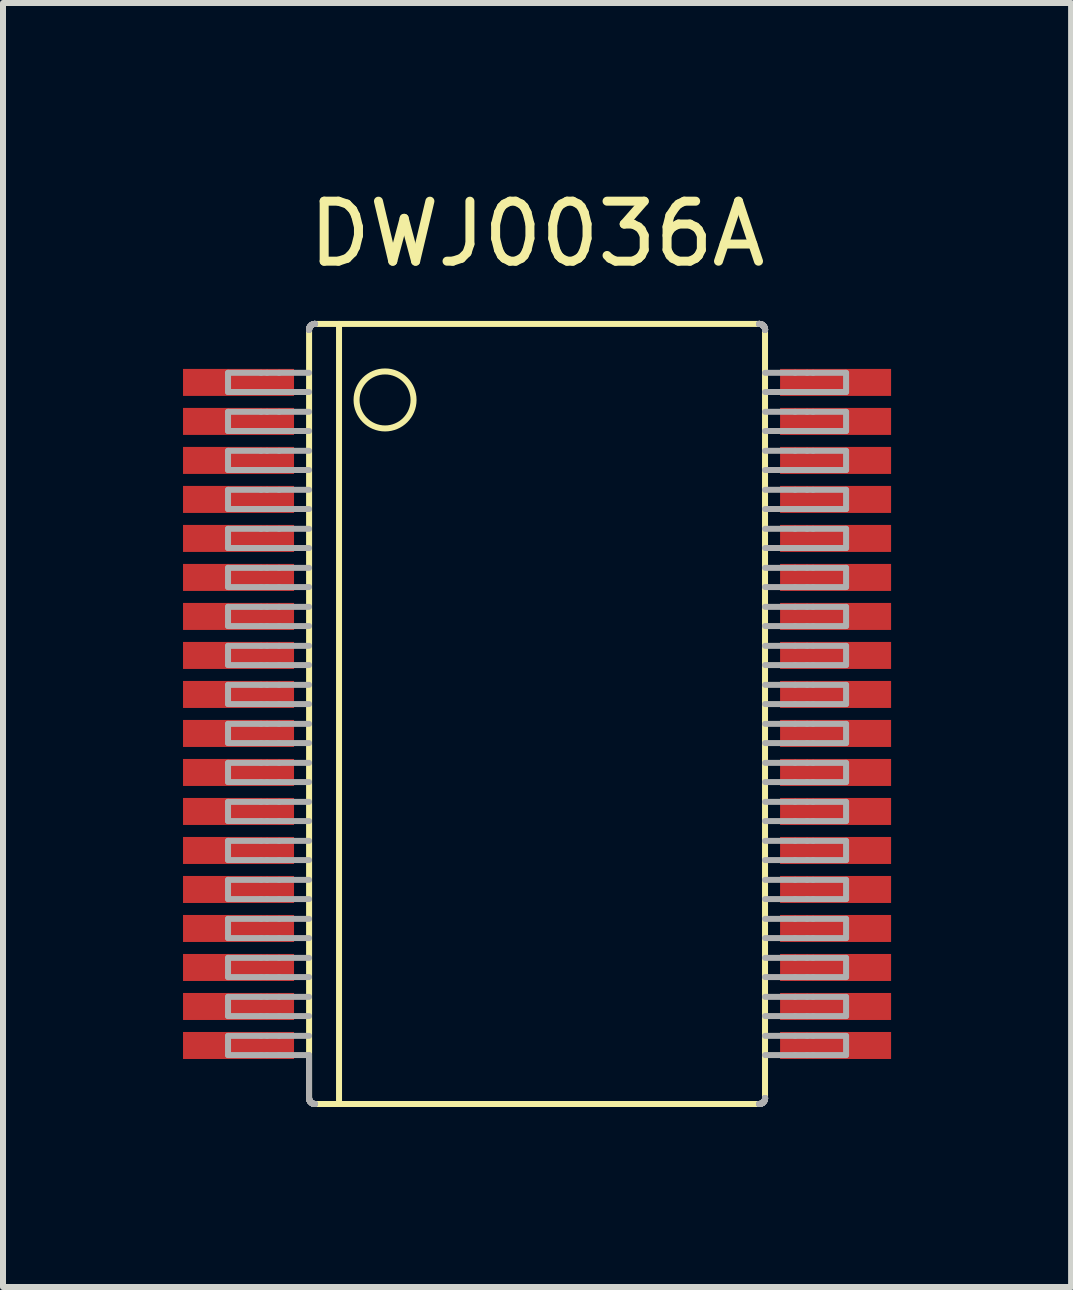
<source format=kicad_pcb>
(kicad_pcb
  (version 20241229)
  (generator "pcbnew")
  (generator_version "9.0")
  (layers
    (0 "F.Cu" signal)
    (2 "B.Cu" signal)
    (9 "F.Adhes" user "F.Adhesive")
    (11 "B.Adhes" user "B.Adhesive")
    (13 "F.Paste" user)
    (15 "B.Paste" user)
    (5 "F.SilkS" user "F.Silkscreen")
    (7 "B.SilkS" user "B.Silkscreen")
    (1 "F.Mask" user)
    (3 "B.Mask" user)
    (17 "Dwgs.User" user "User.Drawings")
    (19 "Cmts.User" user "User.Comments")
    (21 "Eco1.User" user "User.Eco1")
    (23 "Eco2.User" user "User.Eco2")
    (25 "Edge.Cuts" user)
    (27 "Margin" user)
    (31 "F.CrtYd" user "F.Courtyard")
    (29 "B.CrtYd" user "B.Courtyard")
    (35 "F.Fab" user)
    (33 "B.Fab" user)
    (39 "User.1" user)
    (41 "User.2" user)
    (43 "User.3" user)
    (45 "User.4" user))
  (footprint "DWJ0036A"
    (layer "F.Cu")
    (at 5.9 8.848)
    (property "Reference" "DWJ0036A" (at 0 -8 0) (unlocked yes) (layer "F.SilkS") (effects (font (size 1 1) (thickness 0.15))))
    (attr smd)
    (fp_line (start -3.799 6.4) (end -3.799 -6.4) (stroke (width 0.1) (type solid)) (layer "F.SilkS"))
    (fp_line (start -3.7 -6.5) (end 3.7 -6.5) (stroke (width 0.1) (type solid)) (layer "F.SilkS"))
    (fp_line (start -3.7 6.5) (end 3.7 6.5) (stroke (width 0.1) (type solid)) (layer "F.SilkS"))
    (fp_line (start -3.3 6.5) (end -3.3 -6.5) (stroke (width 0.1) (type solid)) (layer "F.SilkS"))
    (fp_line (start 3.799 6.4) (end 3.799 -6.4) (stroke (width 0.1) (type solid)) (layer "F.SilkS"))
    (fp_circle (center -2.533 -5.233) (end -2.058 -5.233) (stroke (width 0.1) (type solid)) (fill no) (layer "F.SilkS"))
    (fp_line (start -5.15 -5.685) (end -4.6 -5.685) (stroke (width 0.1) (type solid)) (layer "F.Fab"))
    (fp_line (start -5.15 -5.365) (end -5.15 -5.685) (stroke (width 0.1) (type solid)) (layer "F.Fab"))
    (fp_line (start -5.15 -5.365) (end -4.6 -5.365) (stroke (width 0.1) (type solid)) (layer "F.Fab"))
    (fp_line (start -5.15 -5.035) (end -4.6 -5.035) (stroke (width 0.1) (type solid)) (layer "F.Fab"))
    (fp_line (start -5.15 -4.715) (end -5.15 -5.035) (stroke (width 0.1) (type solid)) (layer "F.Fab"))
    (fp_line (start -5.15 -4.715) (end -4.6 -4.715) (stroke (width 0.1) (type solid)) (layer "F.Fab"))
    (fp_line (start -5.15 -4.385) (end -4.6 -4.385) (stroke (width 0.1) (type solid)) (layer "F.Fab"))
    (fp_line (start -5.15 -4.065) (end -5.15 -4.385) (stroke (width 0.1) (type solid)) (layer "F.Fab"))
    (fp_line (start -5.15 -4.065) (end -4.6 -4.065) (stroke (width 0.1) (type solid)) (layer "F.Fab"))
    (fp_line (start -5.15 -3.735) (end -4.6 -3.735) (stroke (width 0.1) (type solid)) (layer "F.Fab"))
    (fp_line (start -5.15 -3.415) (end -5.15 -3.735) (stroke (width 0.1) (type solid)) (layer "F.Fab"))
    (fp_line (start -5.15 -3.415) (end -4.6 -3.415) (stroke (width 0.1) (type solid)) (layer "F.Fab"))
    (fp_line (start -5.15 -3.085) (end -4.6 -3.085) (stroke (width 0.1) (type solid)) (layer "F.Fab"))
    (fp_line (start -5.15 -2.765) (end -5.15 -3.085) (stroke (width 0.1) (type solid)) (layer "F.Fab"))
    (fp_line (start -5.15 -2.765) (end -4.6 -2.765) (stroke (width 0.1) (type solid)) (layer "F.Fab"))
    (fp_line (start -5.15 -2.435) (end -4.6 -2.435) (stroke (width 0.1) (type solid)) (layer "F.Fab"))
    (fp_line (start -5.15 -2.115) (end -5.15 -2.435) (stroke (width 0.1) (type solid)) (layer "F.Fab"))
    (fp_line (start -5.15 -2.115) (end -4.6 -2.115) (stroke (width 0.1) (type solid)) (layer "F.Fab"))
    (fp_line (start -5.15 -1.785) (end -4.6 -1.785) (stroke (width 0.1) (type solid)) (layer "F.Fab"))
    (fp_line (start -5.15 -1.465) (end -5.15 -1.785) (stroke (width 0.1) (type solid)) (layer "F.Fab"))
    (fp_line (start -5.15 -1.465) (end -4.6 -1.465) (stroke (width 0.1) (type solid)) (layer "F.Fab"))
    (fp_line (start -5.15 -1.135) (end -4.6 -1.135) (stroke (width 0.1) (type solid)) (layer "F.Fab"))
    (fp_line (start -5.15 -0.815) (end -5.15 -1.135) (stroke (width 0.1) (type solid)) (layer "F.Fab"))
    (fp_line (start -5.15 -0.815) (end -4.6 -0.815) (stroke (width 0.1) (type solid)) (layer "F.Fab"))
    (fp_line (start -5.15 -0.485) (end -4.6 -0.485) (stroke (width 0.1) (type solid)) (layer "F.Fab"))
    (fp_line (start -5.15 -0.165) (end -5.15 -0.485) (stroke (width 0.1) (type solid)) (layer "F.Fab"))
    (fp_line (start -5.15 -0.165) (end -4.6 -0.165) (stroke (width 0.1) (type solid)) (layer "F.Fab"))
    (fp_line (start -5.15 0.165) (end -4.6 0.165) (stroke (width 0.1) (type solid)) (layer "F.Fab"))
    (fp_line (start -5.15 0.485) (end -5.15 0.165) (stroke (width 0.1) (type solid)) (layer "F.Fab"))
    (fp_line (start -5.15 0.485) (end -4.6 0.485) (stroke (width 0.1) (type solid)) (layer "F.Fab"))
    (fp_line (start -5.15 0.815) (end -4.6 0.815) (stroke (width 0.1) (type solid)) (layer "F.Fab"))
    (fp_line (start -5.15 1.135) (end -5.15 0.815) (stroke (width 0.1) (type solid)) (layer "F.Fab"))
    (fp_line (start -5.15 1.135) (end -4.6 1.135) (stroke (width 0.1) (type solid)) (layer "F.Fab"))
    (fp_line (start -5.15 1.465) (end -4.6 1.465) (stroke (width 0.1) (type solid)) (layer "F.Fab"))
    (fp_line (start -5.15 1.785) (end -5.15 1.465) (stroke (width 0.1) (type solid)) (layer "F.Fab"))
    (fp_line (start -5.15 1.785) (end -4.6 1.785) (stroke (width 0.1) (type solid)) (layer "F.Fab"))
    (fp_line (start -5.15 2.115) (end -4.6 2.115) (stroke (width 0.1) (type solid)) (layer "F.Fab"))
    (fp_line (start -5.15 2.435) (end -5.15 2.115) (stroke (width 0.1) (type solid)) (layer "F.Fab"))
    (fp_line (start -5.15 2.435) (end -4.6 2.435) (stroke (width 0.1) (type solid)) (layer "F.Fab"))
    (fp_line (start -5.15 2.765) (end -4.6 2.765) (stroke (width 0.1) (type solid)) (layer "F.Fab"))
    (fp_line (start -5.15 3.085) (end -5.15 2.765) (stroke (width 0.1) (type solid)) (layer "F.Fab"))
    (fp_line (start -5.15 3.085) (end -4.6 3.085) (stroke (width 0.1) (type solid)) (layer "F.Fab"))
    (fp_line (start -5.15 3.415) (end -4.6 3.415) (stroke (width 0.1) (type solid)) (layer "F.Fab"))
    (fp_line (start -5.15 3.735) (end -5.15 3.415) (stroke (width 0.1) (type solid)) (layer "F.Fab"))
    (fp_line (start -5.15 3.735) (end -4.6 3.735) (stroke (width 0.1) (type solid)) (layer "F.Fab"))
    (fp_line (start -5.15 4.065) (end -4.6 4.065) (stroke (width 0.1) (type solid)) (layer "F.Fab"))
    (fp_line (start -5.15 4.385) (end -5.15 4.065) (stroke (width 0.1) (type solid)) (layer "F.Fab"))
    (fp_line (start -5.15 4.385) (end -4.6 4.385) (stroke (width 0.1) (type solid)) (layer "F.Fab"))
    (fp_line (start -5.15 4.715) (end -4.6 4.715) (stroke (width 0.1) (type solid)) (layer "F.Fab"))
    (fp_line (start -5.15 5.035) (end -5.15 4.715) (stroke (width 0.1) (type solid)) (layer "F.Fab"))
    (fp_line (start -5.15 5.035) (end -4.6 5.035) (stroke (width 0.1) (type solid)) (layer "F.Fab"))
    (fp_line (start -5.15 5.365) (end -4.6 5.365) (stroke (width 0.1) (type solid)) (layer "F.Fab"))
    (fp_line (start -5.15 5.685) (end -5.15 5.365) (stroke (width 0.1) (type solid)) (layer "F.Fab"))
    (fp_line (start -5.15 5.685) (end -4.6 5.685) (stroke (width 0.1) (type solid)) (layer "F.Fab"))
    (fp_line (start -4.6 -5.685) (end -4.5 -5.685) (stroke (width 0.1) (type solid)) (layer "F.Fab"))
    (fp_line (start -4.6 -5.365) (end -4.5 -5.365) (stroke (width 0.1) (type solid)) (layer "F.Fab"))
    (fp_line (start -4.6 -5.035) (end -4.5 -5.035) (stroke (width 0.1) (type solid)) (layer "F.Fab"))
    (fp_line (start -4.6 -4.715) (end -4.5 -4.715) (stroke (width 0.1) (type solid)) (layer "F.Fab"))
    (fp_line (start -4.6 -4.385) (end -4.5 -4.385) (stroke (width 0.1) (type solid)) (layer "F.Fab"))
    (fp_line (start -4.6 -4.065) (end -4.5 -4.065) (stroke (width 0.1) (type solid)) (layer "F.Fab"))
    (fp_line (start -4.6 -3.735) (end -4.5 -3.735) (stroke (width 0.1) (type solid)) (layer "F.Fab"))
    (fp_line (start -4.6 -3.415) (end -4.5 -3.415) (stroke (width 0.1) (type solid)) (layer "F.Fab"))
    (fp_line (start -4.6 -3.085) (end -4.5 -3.085) (stroke (width 0.1) (type solid)) (layer "F.Fab"))
    (fp_line (start -4.6 -2.765) (end -4.5 -2.765) (stroke (width 0.1) (type solid)) (layer "F.Fab"))
    (fp_line (start -4.6 -2.435) (end -4.5 -2.435) (stroke (width 0.1) (type solid)) (layer "F.Fab"))
    (fp_line (start -4.6 -2.115) (end -4.5 -2.115) (stroke (width 0.1) (type solid)) (layer "F.Fab"))
    (fp_line (start -4.6 -1.785) (end -4.5 -1.785) (stroke (width 0.1) (type solid)) (layer "F.Fab"))
    (fp_line (start -4.6 -1.465) (end -4.5 -1.465) (stroke (width 0.1) (type solid)) (layer "F.Fab"))
    (fp_line (start -4.6 -1.135) (end -4.5 -1.135) (stroke (width 0.1) (type solid)) (layer "F.Fab"))
    (fp_line (start -4.6 -0.815) (end -4.5 -0.815) (stroke (width 0.1) (type solid)) (layer "F.Fab"))
    (fp_line (start -4.6 -0.485) (end -4.5 -0.485) (stroke (width 0.1) (type solid)) (layer "F.Fab"))
    (fp_line (start -4.6 -0.165) (end -4.5 -0.165) (stroke (width 0.1) (type solid)) (layer "F.Fab"))
    (fp_line (start -4.6 0.165) (end -4.5 0.165) (stroke (width 0.1) (type solid)) (layer "F.Fab"))
    (fp_line (start -4.6 0.485) (end -4.5 0.485) (stroke (width 0.1) (type solid)) (layer "F.Fab"))
    (fp_line (start -4.6 0.815) (end -4.5 0.815) (stroke (width 0.1) (type solid)) (layer "F.Fab"))
    (fp_line (start -4.6 1.135) (end -4.5 1.135) (stroke (width 0.1) (type solid)) (layer "F.Fab"))
    (fp_line (start -4.6 1.465) (end -4.5 1.465) (stroke (width 0.1) (type solid)) (layer "F.Fab"))
    (fp_line (start -4.6 1.785) (end -4.5 1.785) (stroke (width 0.1) (type solid)) (layer "F.Fab"))
    (fp_line (start -4.6 2.115) (end -4.5 2.115) (stroke (width 0.1) (type solid)) (layer "F.Fab"))
    (fp_line (start -4.6 2.435) (end -4.5 2.435) (stroke (width 0.1) (type solid)) (layer "F.Fab"))
    (fp_line (start -4.6 2.765) (end -4.5 2.765) (stroke (width 0.1) (type solid)) (layer "F.Fab"))
    (fp_line (start -4.6 3.085) (end -4.5 3.085) (stroke (width 0.1) (type solid)) (layer "F.Fab"))
    (fp_line (start -4.6 3.415) (end -4.5 3.415) (stroke (width 0.1) (type solid)) (layer "F.Fab"))
    (fp_line (start -4.6 3.735) (end -4.5 3.735) (stroke (width 0.1) (type solid)) (layer "F.Fab"))
    (fp_line (start -4.6 4.065) (end -4.5 4.065) (stroke (width 0.1) (type solid)) (layer "F.Fab"))
    (fp_line (start -4.6 4.385) (end -4.5 4.385) (stroke (width 0.1) (type solid)) (layer "F.Fab"))
    (fp_line (start -4.6 4.715) (end -4.5 4.715) (stroke (width 0.1) (type solid)) (layer "F.Fab"))
    (fp_line (start -4.6 5.035) (end -4.5 5.035) (stroke (width 0.1) (type solid)) (layer "F.Fab"))
    (fp_line (start -4.6 5.365) (end -4.5 5.365) (stroke (width 0.1) (type solid)) (layer "F.Fab"))
    (fp_line (start -4.6 5.685) (end -4.5 5.685) (stroke (width 0.1) (type solid)) (layer "F.Fab"))
    (fp_line (start -4.5 -5.685) (end -4.3 -5.685) (stroke (width 0.1) (type solid)) (layer "F.Fab"))
    (fp_line (start -4.5 -5.365) (end -4.3 -5.365) (stroke (width 0.1) (type solid)) (layer "F.Fab"))
    (fp_line (start -4.5 -5.035) (end -4.3 -5.035) (stroke (width 0.1) (type solid)) (layer "F.Fab"))
    (fp_line (start -4.5 -4.715) (end -4.3 -4.715) (stroke (width 0.1) (type solid)) (layer "F.Fab"))
    (fp_line (start -4.5 -4.385) (end -4.3 -4.385) (stroke (width 0.1) (type solid)) (layer "F.Fab"))
    (fp_line (start -4.5 -4.065) (end -4.3 -4.065) (stroke (width 0.1) (type solid)) (layer "F.Fab"))
    (fp_line (start -4.5 -3.735) (end -4.3 -3.735) (stroke (width 0.1) (type solid)) (layer "F.Fab"))
    (fp_line (start -4.5 -3.415) (end -4.3 -3.415) (stroke (width 0.1) (type solid)) (layer "F.Fab"))
    (fp_line (start -4.5 -3.085) (end -4.3 -3.085) (stroke (width 0.1) (type solid)) (layer "F.Fab"))
    (fp_line (start -4.5 -2.765) (end -4.3 -2.765) (stroke (width 0.1) (type solid)) (layer "F.Fab"))
    (fp_line (start -4.5 -2.435) (end -4.3 -2.435) (stroke (width 0.1) (type solid)) (layer "F.Fab"))
    (fp_line (start -4.5 -2.115) (end -4.3 -2.115) (stroke (width 0.1) (type solid)) (layer "F.Fab"))
    (fp_line (start -4.5 -1.785) (end -4.3 -1.785) (stroke (width 0.1) (type solid)) (layer "F.Fab"))
    (fp_line (start -4.5 -1.465) (end -4.3 -1.465) (stroke (width 0.1) (type solid)) (layer "F.Fab"))
    (fp_line (start -4.5 -1.135) (end -4.3 -1.135) (stroke (width 0.1) (type solid)) (layer "F.Fab"))
    (fp_line (start -4.5 -0.815) (end -4.3 -0.815) (stroke (width 0.1) (type solid)) (layer "F.Fab"))
    (fp_line (start -4.5 -0.485) (end -4.3 -0.485) (stroke (width 0.1) (type solid)) (layer "F.Fab"))
    (fp_line (start -4.5 -0.165) (end -4.3 -0.165) (stroke (width 0.1) (type solid)) (layer "F.Fab"))
    (fp_line (start -4.5 0.165) (end -4.3 0.165) (stroke (width 0.1) (type solid)) (layer "F.Fab"))
    (fp_line (start -4.5 0.485) (end -4.3 0.485) (stroke (width 0.1) (type solid)) (layer "F.Fab"))
    (fp_line (start -4.5 0.815) (end -4.3 0.815) (stroke (width 0.1) (type solid)) (layer "F.Fab"))
    (fp_line (start -4.5 1.135) (end -4.3 1.135) (stroke (width 0.1) (type solid)) (layer "F.Fab"))
    (fp_line (start -4.5 1.465) (end -4.3 1.465) (stroke (width 0.1) (type solid)) (layer "F.Fab"))
    (fp_line (start -4.5 1.785) (end -4.3 1.785) (stroke (width 0.1) (type solid)) (layer "F.Fab"))
    (fp_line (start -4.5 2.115) (end -4.3 2.115) (stroke (width 0.1) (type solid)) (layer "F.Fab"))
    (fp_line (start -4.5 2.435) (end -4.3 2.435) (stroke (width 0.1) (type solid)) (layer "F.Fab"))
    (fp_line (start -4.5 2.765) (end -4.3 2.765) (stroke (width 0.1) (type solid)) (layer "F.Fab"))
    (fp_line (start -4.5 3.085) (end -4.3 3.085) (stroke (width 0.1) (type solid)) (layer "F.Fab"))
    (fp_line (start -4.5 3.415) (end -4.3 3.415) (stroke (width 0.1) (type solid)) (layer "F.Fab"))
    (fp_line (start -4.5 3.735) (end -4.3 3.735) (stroke (width 0.1) (type solid)) (layer "F.Fab"))
    (fp_line (start -4.5 4.065) (end -4.3 4.065) (stroke (width 0.1) (type solid)) (layer "F.Fab"))
    (fp_line (start -4.5 4.385) (end -4.3 4.385) (stroke (width 0.1) (type solid)) (layer "F.Fab"))
    (fp_line (start -4.5 4.715) (end -4.3 4.715) (stroke (width 0.1) (type solid)) (layer "F.Fab"))
    (fp_line (start -4.5 5.035) (end -4.3 5.035) (stroke (width 0.1) (type solid)) (layer "F.Fab"))
    (fp_line (start -4.5 5.365) (end -4.3 5.365) (stroke (width 0.1) (type solid)) (layer "F.Fab"))
    (fp_line (start -4.5 5.685) (end -4.3 5.685) (stroke (width 0.1) (type solid)) (layer "F.Fab"))
    (fp_line (start -4.3 -5.685) (end -3.8 -5.685) (stroke (width 0.1) (type solid)) (layer "F.Fab"))
    (fp_line (start -4.3 -5.365) (end -3.8 -5.365) (stroke (width 0.1) (type solid)) (layer "F.Fab"))
    (fp_line (start -4.3 -5.035) (end -3.8 -5.035) (stroke (width 0.1) (type solid)) (layer "F.Fab"))
    (fp_line (start -4.3 -4.715) (end -3.8 -4.715) (stroke (width 0.1) (type solid)) (layer "F.Fab"))
    (fp_line (start -4.3 -4.385) (end -3.8 -4.385) (stroke (width 0.1) (type solid)) (layer "F.Fab"))
    (fp_line (start -4.3 -4.065) (end -3.8 -4.065) (stroke (width 0.1) (type solid)) (layer "F.Fab"))
    (fp_line (start -4.3 -3.735) (end -3.8 -3.735) (stroke (width 0.1) (type solid)) (layer "F.Fab"))
    (fp_line (start -4.3 -3.415) (end -3.8 -3.415) (stroke (width 0.1) (type solid)) (layer "F.Fab"))
    (fp_line (start -4.3 -3.085) (end -3.8 -3.085) (stroke (width 0.1) (type solid)) (layer "F.Fab"))
    (fp_line (start -4.3 -2.765) (end -3.8 -2.765) (stroke (width 0.1) (type solid)) (layer "F.Fab"))
    (fp_line (start -4.3 -2.435) (end -3.8 -2.435) (stroke (width 0.1) (type solid)) (layer "F.Fab"))
    (fp_line (start -4.3 -2.115) (end -3.8 -2.115) (stroke (width 0.1) (type solid)) (layer "F.Fab"))
    (fp_line (start -4.3 -1.785) (end -3.8 -1.785) (stroke (width 0.1) (type solid)) (layer "F.Fab"))
    (fp_line (start -4.3 -1.465) (end -3.8 -1.465) (stroke (width 0.1) (type solid)) (layer "F.Fab"))
    (fp_line (start -4.3 -1.135) (end -3.8 -1.135) (stroke (width 0.1) (type solid)) (layer "F.Fab"))
    (fp_line (start -4.3 -0.815) (end -3.8 -0.815) (stroke (width 0.1) (type solid)) (layer "F.Fab"))
    (fp_line (start -4.3 -0.485) (end -3.8 -0.485) (stroke (width 0.1) (type solid)) (layer "F.Fab"))
    (fp_line (start -4.3 -0.165) (end -3.8 -0.165) (stroke (width 0.1) (type solid)) (layer "F.Fab"))
    (fp_line (start -4.3 0.165) (end -3.8 0.165) (stroke (width 0.1) (type solid)) (layer "F.Fab"))
    (fp_line (start -4.3 0.485) (end -3.8 0.485) (stroke (width 0.1) (type solid)) (layer "F.Fab"))
    (fp_line (start -4.3 0.815) (end -3.8 0.815) (stroke (width 0.1) (type solid)) (layer "F.Fab"))
    (fp_line (start -4.3 1.135) (end -3.8 1.135) (stroke (width 0.1) (type solid)) (layer "F.Fab"))
    (fp_line (start -4.3 1.465) (end -3.8 1.465) (stroke (width 0.1) (type solid)) (layer "F.Fab"))
    (fp_line (start -4.3 1.785) (end -3.8 1.785) (stroke (width 0.1) (type solid)) (layer "F.Fab"))
    (fp_line (start -4.3 2.115) (end -3.8 2.115) (stroke (width 0.1) (type solid)) (layer "F.Fab"))
    (fp_line (start -4.3 2.435) (end -3.8 2.435) (stroke (width 0.1) (type solid)) (layer "F.Fab"))
    (fp_line (start -4.3 2.765) (end -3.8 2.765) (stroke (width 0.1) (type solid)) (layer "F.Fab"))
    (fp_line (start -4.3 3.085) (end -3.8 3.085) (stroke (width 0.1) (type solid)) (layer "F.Fab"))
    (fp_line (start -4.3 3.415) (end -3.8 3.415) (stroke (width 0.1) (type solid)) (layer "F.Fab"))
    (fp_line (start -4.3 3.735) (end -3.8 3.735) (stroke (width 0.1) (type solid)) (layer "F.Fab"))
    (fp_line (start -4.3 4.065) (end -3.8 4.065) (stroke (width 0.1) (type solid)) (layer "F.Fab"))
    (fp_line (start -4.3 4.385) (end -3.8 4.385) (stroke (width 0.1) (type solid)) (layer "F.Fab"))
    (fp_line (start -4.3 4.715) (end -3.8 4.715) (stroke (width 0.1) (type solid)) (layer "F.Fab"))
    (fp_line (start -4.3 5.035) (end -3.8 5.035) (stroke (width 0.1) (type solid)) (layer "F.Fab"))
    (fp_line (start -4.3 5.365) (end -3.8 5.365) (stroke (width 0.1) (type solid)) (layer "F.Fab"))
    (fp_line (start -4.3 5.685) (end -3.8 5.685) (stroke (width 0.1) (type solid)) (layer "F.Fab"))
    (fp_line (start -3.8 -6.4) (end -3.799 -6.4) (stroke (width 0.1) (type solid)) (layer "F.Fab"))
    (fp_line (start -3.8 6.4) (end -3.8 5.685) (stroke (width 0.1) (type solid)) (layer "F.Fab"))
    (fp_line (start -3.8 6.4) (end -3.799 6.4) (stroke (width 0.1) (type solid)) (layer "F.Fab"))
    (fp_line (start -3.8 -6.4) (end -3.8 -6.4) (stroke (width 0.1) (type solid)) (layer "F.Fab"))
    (fp_line (start -3.8 6.4) (end -3.8 6.4) (stroke (width 0.1) (type solid)) (layer "F.Fab"))
    (fp_line (start -3.8 -6.4) (end -3.8 -6.401) (stroke (width 0.1) (type solid)) (layer "F.Fab"))
    (fp_line (start -3.8 6.4) (end -3.8 6.401) (stroke (width 0.1) (type solid)) (layer "F.Fab"))
    (fp_line (start -3.8 -6.401) (end -3.8 -6.401) (stroke (width 0.1) (type solid)) (layer "F.Fab"))
    (fp_line (start -3.8 6.401) (end -3.8 6.401) (stroke (width 0.1) (type solid)) (layer "F.Fab"))
    (fp_line (start -3.8 -6.401) (end -3.8 -6.401) (stroke (width 0.1) (type solid)) (layer "F.Fab"))
    (fp_line (start -3.8 -6.401) (end -3.8 -6.402) (stroke (width 0.1) (type solid)) (layer "F.Fab"))
    (fp_line (start -3.8 6.401) (end -3.8 6.402) (stroke (width 0.1) (type solid)) (layer "F.Fab"))
    (fp_line (start -3.8 -6.402) (end -3.8 -6.402) (stroke (width 0.1) (type solid)) (layer "F.Fab"))
    (fp_line (start -3.8 6.402) (end -3.8 6.403) (stroke (width 0.1) (type solid)) (layer "F.Fab"))
    (fp_line (start -3.8 -6.402) (end -3.8 -6.403) (stroke (width 0.1) (type solid)) (layer "F.Fab"))
    (fp_line (start -3.8 6.403) (end -3.8 6.403) (stroke (width 0.1) (type solid)) (layer "F.Fab"))
    (fp_line (start -3.8 6.403) (end -3.8 6.404) (stroke (width 0.1) (type solid)) (layer "F.Fab"))
    (fp_line (start -3.8 6.404) (end -3.8 6.405) (stroke (width 0.1) (type solid)) (layer "F.Fab"))
    (fp_line (start -3.8 6.405) (end -3.8 6.406) (stroke (width 0.1) (type solid)) (layer "F.Fab"))
    (fp_line (start -3.8 6.406) (end -3.8 6.406) (stroke (width 0.1) (type solid)) (layer "F.Fab"))
    (fp_line (start -3.8 6.406) (end -3.8 6.408) (stroke (width 0.1) (type solid)) (layer "F.Fab"))
    (fp_line (start -3.8 -6.406) (end -3.8 -6.409) (stroke (width 0.1) (type solid)) (layer "F.Fab"))
    (fp_line (start -3.8 6.408) (end -3.8 6.409) (stroke (width 0.1) (type solid)) (layer "F.Fab"))
    (fp_line (start -3.8 -6.409) (end -3.8 -6.409) (stroke (width 0.1) (type solid)) (layer "F.Fab"))
    (fp_line (start -3.8 6.409) (end -3.8 6.409) (stroke (width 0.1) (type solid)) (layer "F.Fab"))
    (fp_line (start -3.8 -6.409) (end -3.8 -6.409) (stroke (width 0.1) (type solid)) (layer "F.Fab"))
    (fp_line (start -3.8 6.409) (end -3.8 6.41) (stroke (width 0.1) (type solid)) (layer "F.Fab"))
    (fp_line (start -3.8 -6.409) (end -3.8 -6.41) (stroke (width 0.1) (type solid)) (layer "F.Fab"))
    (fp_line (start -3.8 6.41) (end -3.8 6.41) (stroke (width 0.1) (type solid)) (layer "F.Fab"))
    (fp_line (start -3.8 -6.41) (end -3.8 -6.41) (stroke (width 0.1) (type solid)) (layer "F.Fab"))
    (fp_line (start -3.8 6.41) (end -3.8 6.41) (stroke (width 0.1) (type solid)) (layer "F.Fab"))
    (fp_line (start -3.8 -6.41) (end -3.8 -6.41) (stroke (width 0.1) (type solid)) (layer "F.Fab"))
    (fp_line (start -3.8 6.41) (end -3.799 6.411) (stroke (width 0.1) (type solid)) (layer "F.Fab"))
    (fp_line (start -3.8 -6.41) (end -3.799 -6.411) (stroke (width 0.1) (type solid)) (layer "F.Fab"))
    (fp_line (start -3.799 6.411) (end -3.799 6.411) (stroke (width 0.1) (type solid)) (layer "F.Fab"))
    (fp_line (start -3.799 -6.411) (end -3.799 -6.411) (stroke (width 0.1) (type solid)) (layer "F.Fab"))
    (fp_line (start -3.799 6.411) (end -3.799 6.411) (stroke (width 0.1) (type solid)) (layer "F.Fab"))
    (fp_line (start -3.799 6.4) (end -3.799 6.4) (stroke (width 0.1) (type solid)) (layer "F.Fab"))
    (fp_line (start -3.799 -6.411) (end -3.799 -6.411) (stroke (width 0.1) (type solid)) (layer "F.Fab"))
    (fp_line (start -3.799 6.411) (end -3.799 6.411) (stroke (width 0.1) (type solid)) (layer "F.Fab"))
    (fp_line (start -3.799 -6.411) (end -3.799 -6.411) (stroke (width 0.1) (type solid)) (layer "F.Fab"))
    (fp_line (start -3.799 -6.411) (end -3.799 -6.413) (stroke (width 0.1) (type solid)) (layer "F.Fab"))
    (fp_line (start -3.799 6.411) (end -3.799 6.412) (stroke (width 0.1) (type solid)) (layer "F.Fab"))
    (fp_line (start -3.799 6.412) (end -3.799 6.414) (stroke (width 0.1) (type solid)) (layer "F.Fab"))
    (fp_line (start -3.799 -6.413) (end -3.799 -6.414) (stroke (width 0.1) (type solid)) (layer "F.Fab"))
    (fp_line (start -3.799 6.414) (end -3.799 6.415) (stroke (width 0.1) (type solid)) (layer "F.Fab"))
    (fp_line (start -3.799 -6.414) (end -3.799 -6.415) (stroke (width 0.1) (type solid)) (layer "F.Fab"))
    (fp_line (start -3.799 -6.415) (end -3.799 -6.416) (stroke (width 0.1) (type solid)) (layer "F.Fab"))
    (fp_line (start -3.799 6.415) (end -3.799 6.416) (stroke (width 0.1) (type solid)) (layer "F.Fab"))
    (fp_line (start -3.799 -6.416) (end -3.799 -6.416) (stroke (width 0.1) (type solid)) (layer "F.Fab"))
    (fp_line (start -3.799 6.416) (end -3.799 6.417) (stroke (width 0.1) (type solid)) (layer "F.Fab"))
    (fp_line (start -3.799 -6.416) (end -3.799 -6.417) (stroke (width 0.1) (type solid)) (layer "F.Fab"))
    (fp_line (start -3.799 6.417) (end -3.799 6.418) (stroke (width 0.1) (type solid)) (layer "F.Fab"))
    (fp_line (start -3.799 -6.417) (end -3.799 -6.418) (stroke (width 0.1) (type solid)) (layer "F.Fab"))
    (fp_line (start -3.799 6.418) (end -3.798 6.418) (stroke (width 0.1) (type solid)) (layer "F.Fab"))
    (fp_line (start -3.799 -6.418) (end -3.798 -6.419) (stroke (width 0.1) (type solid)) (layer "F.Fab"))
    (fp_line (start -3.798 6.418) (end -3.798 6.419) (stroke (width 0.1) (type solid)) (layer "F.Fab"))
    (fp_line (start -3.798 -6.419) (end -3.798 -6.419) (stroke (width 0.1) (type solid)) (layer "F.Fab"))
    (fp_line (start -3.798 6.419) (end -3.798 6.42) (stroke (width 0.1) (type solid)) (layer "F.Fab"))
    (fp_line (start -3.798 -6.419) (end -3.798 -6.42) (stroke (width 0.1) (type solid)) (layer "F.Fab"))
    (fp_line (start -3.798 6.42) (end -3.798 6.421) (stroke (width 0.1) (type solid)) (layer "F.Fab"))
    (fp_line (start -3.798 6.421) (end -3.798 6.422) (stroke (width 0.1) (type solid)) (layer "F.Fab"))
    (fp_line (start -3.798 6.422) (end -3.798 6.422) (stroke (width 0.1) (type solid)) (layer "F.Fab"))
    (fp_line (start -3.798 6.422) (end -3.798 6.423) (stroke (width 0.1) (type solid)) (layer "F.Fab"))
    (fp_line (start -3.798 6.423) (end -3.797 6.424) (stroke (width 0.1) (type solid)) (layer "F.Fab"))
    (fp_line (start -3.794 -6.436) (end -3.794 -6.437) (stroke (width 0.1) (type solid)) (layer "F.Fab"))
    (fp_line (start -3.794 -6.437) (end -3.793 -6.438) (stroke (width 0.1) (type solid)) (layer "F.Fab"))
    (fp_line (start -3.793 -6.438) (end -3.793 -6.44) (stroke (width 0.1) (type solid)) (layer "F.Fab"))
    (fp_line (start -3.793 -6.44) (end -3.792 -6.441) (stroke (width 0.1) (type solid)) (layer "F.Fab"))
    (fp_line (start -3.792 -6.441) (end -3.792 -6.442) (stroke (width 0.1) (type solid)) (layer "F.Fab"))
    (fp_line (start -3.792 -6.442) (end -3.791 -6.443) (stroke (width 0.1) (type solid)) (layer "F.Fab"))
    (fp_line (start -3.791 -6.443) (end -3.791 -6.444) (stroke (width 0.1) (type solid)) (layer "F.Fab"))
    (fp_line (start -3.791 -6.444) (end -3.79 -6.445) (stroke (width 0.1) (type solid)) (layer "F.Fab"))
    (fp_line (start -3.788 6.449) (end -3.787 6.451) (stroke (width 0.1) (type solid)) (layer "F.Fab"))
    (fp_line (start -3.786 6.452) (end -3.786 6.453) (stroke (width 0.1) (type solid)) (layer "F.Fab"))
    (fp_line (start -3.753 -6.486) (end -3.752 -6.486) (stroke (width 0.1) (type solid)) (layer "F.Fab"))
    (fp_line (start -3.751 -6.487) (end -3.749 -6.488) (stroke (width 0.1) (type solid)) (layer "F.Fab"))
    (fp_line (start -3.745 6.49) (end -3.744 6.491) (stroke (width 0.1) (type solid)) (layer "F.Fab"))
    (fp_line (start -3.744 6.491) (end -3.743 6.491) (stroke (width 0.1) (type solid)) (layer "F.Fab"))
    (fp_line (start -3.743 6.491) (end -3.742 6.492) (stroke (width 0.1) (type solid)) (layer "F.Fab"))
    (fp_line (start -3.742 6.492) (end -3.741 6.492) (stroke (width 0.1) (type solid)) (layer "F.Fab"))
    (fp_line (start -3.741 6.492) (end -3.74 6.493) (stroke (width 0.1) (type solid)) (layer "F.Fab"))
    (fp_line (start -3.74 6.493) (end -3.738 6.493) (stroke (width 0.1) (type solid)) (layer "F.Fab"))
    (fp_line (start -3.738 6.493) (end -3.737 6.494) (stroke (width 0.1) (type solid)) (layer "F.Fab"))
    (fp_line (start -3.737 6.494) (end -3.736 6.494) (stroke (width 0.1) (type solid)) (layer "F.Fab"))
    (fp_line (start -3.724 -6.497) (end -3.723 -6.498) (stroke (width 0.1) (type solid)) (layer "F.Fab"))
    (fp_line (start -3.723 -6.498) (end -3.722 -6.498) (stroke (width 0.1) (type solid)) (layer "F.Fab"))
    (fp_line (start -3.722 -6.498) (end -3.722 -6.498) (stroke (width 0.1) (type solid)) (layer "F.Fab"))
    (fp_line (start -3.722 -6.498) (end -3.721 -6.498) (stroke (width 0.1) (type solid)) (layer "F.Fab"))
    (fp_line (start -3.721 -6.498) (end -3.72 -6.498) (stroke (width 0.1) (type solid)) (layer "F.Fab"))
    (fp_line (start -3.72 -6.498) (end -3.719 -6.498) (stroke (width 0.1) (type solid)) (layer "F.Fab"))
    (fp_line (start -3.72 6.498) (end -3.719 6.498) (stroke (width 0.1) (type solid)) (layer "F.Fab"))
    (fp_line (start -3.719 6.498) (end -3.719 6.498) (stroke (width 0.1) (type solid)) (layer "F.Fab"))
    (fp_line (start -3.719 -6.498) (end -3.718 -6.498) (stroke (width 0.1) (type solid)) (layer "F.Fab"))
    (fp_line (start -3.719 6.498) (end -3.718 6.499) (stroke (width 0.1) (type solid)) (layer "F.Fab"))
    (fp_line (start -3.718 -6.498) (end -3.718 -6.499) (stroke (width 0.1) (type solid)) (layer "F.Fab"))
    (fp_line (start -3.718 6.499) (end -3.717 6.499) (stroke (width 0.1) (type solid)) (layer "F.Fab"))
    (fp_line (start -3.718 -6.499) (end -3.717 -6.499) (stroke (width 0.1) (type solid)) (layer "F.Fab"))
    (fp_line (start -3.717 6.499) (end -3.716 6.499) (stroke (width 0.1) (type solid)) (layer "F.Fab"))
    (fp_line (start -3.717 -6.499) (end -3.716 -6.499) (stroke (width 0.1) (type solid)) (layer "F.Fab"))
    (fp_line (start -3.716 6.499) (end -3.716 6.499) (stroke (width 0.1) (type solid)) (layer "F.Fab"))
    (fp_line (start -3.716 -6.499) (end -3.715 -6.499) (stroke (width 0.1) (type solid)) (layer "F.Fab"))
    (fp_line (start -3.716 6.499) (end -3.715 6.499) (stroke (width 0.1) (type solid)) (layer "F.Fab"))
    (fp_line (start -3.715 -6.499) (end -3.714 -6.499) (stroke (width 0.1) (type solid)) (layer "F.Fab"))
    (fp_line (start -3.715 6.499) (end -3.714 6.499) (stroke (width 0.1) (type solid)) (layer "F.Fab"))
    (fp_line (start -3.714 6.499) (end -3.713 6.499) (stroke (width 0.1) (type solid)) (layer "F.Fab"))
    (fp_line (start -3.714 -6.499) (end -3.712 -6.499) (stroke (width 0.1) (type solid)) (layer "F.Fab"))
    (fp_line (start -3.713 6.499) (end -3.711 6.499) (stroke (width 0.1) (type solid)) (layer "F.Fab"))
    (fp_line (start -3.712 -6.499) (end -3.711 -6.499) (stroke (width 0.1) (type solid)) (layer "F.Fab"))
    (fp_line (start -3.711 -6.499) (end -3.711 -6.499) (stroke (width 0.1) (type solid)) (layer "F.Fab"))
    (fp_line (start -3.711 6.499) (end -3.711 6.499) (stroke (width 0.1) (type solid)) (layer "F.Fab"))
    (fp_line (start -3.711 6.499) (end -3.711 6.499) (stroke (width 0.1) (type solid)) (layer "F.Fab"))
    (fp_line (start -3.711 -6.499) (end -3.711 -6.499) (stroke (width 0.1) (type solid)) (layer "F.Fab"))
    (fp_line (start -3.711 6.499) (end -3.711 6.499) (stroke (width 0.1) (type solid)) (layer "F.Fab"))
    (fp_line (start -3.711 -6.499) (end -3.711 -6.499) (stroke (width 0.1) (type solid)) (layer "F.Fab"))
    (fp_line (start -3.711 6.499) (end -3.71 6.5) (stroke (width 0.1) (type solid)) (layer "F.Fab"))
    (fp_line (start -3.711 -6.499) (end -3.71 -6.5) (stroke (width 0.1) (type solid)) (layer "F.Fab"))
    (fp_line (start -3.71 6.5) (end -3.71 6.5) (stroke (width 0.1) (type solid)) (layer "F.Fab"))
    (fp_line (start -3.71 -6.5) (end -3.71 -6.5) (stroke (width 0.1) (type solid)) (layer "F.Fab"))
    (fp_line (start -3.71 6.5) (end -3.71 6.5) (stroke (width 0.1) (type solid)) (layer "F.Fab"))
    (fp_line (start -3.71 -6.5) (end -3.71 -6.5) (stroke (width 0.1) (type solid)) (layer "F.Fab"))
    (fp_line (start -3.71 6.5) (end -3.709 6.5) (stroke (width 0.1) (type solid)) (layer "F.Fab"))
    (fp_line (start -3.71 -6.5) (end -3.709 -6.5) (stroke (width 0.1) (type solid)) (layer "F.Fab"))
    (fp_line (start -3.709 6.5) (end -3.709 6.5) (stroke (width 0.1) (type solid)) (layer "F.Fab"))
    (fp_line (start -3.709 -6.5) (end -3.709 -6.5) (stroke (width 0.1) (type solid)) (layer "F.Fab"))
    (fp_line (start -3.709 6.5) (end -3.709 6.5) (stroke (width 0.1) (type solid)) (layer "F.Fab"))
    (fp_line (start -3.709 -6.5) (end -3.708 -6.5) (stroke (width 0.1) (type solid)) (layer "F.Fab"))
    (fp_line (start -3.709 6.5) (end -3.706 6.5) (stroke (width 0.1) (type solid)) (layer "F.Fab"))
    (fp_line (start -3.708 -6.5) (end -3.706 -6.5) (stroke (width 0.1) (type solid)) (layer "F.Fab"))
    (fp_line (start -3.706 -6.5) (end -3.706 -6.5) (stroke (width 0.1) (type solid)) (layer "F.Fab"))
    (fp_line (start -3.706 -6.5) (end -3.705 -6.5) (stroke (width 0.1) (type solid)) (layer "F.Fab"))
    (fp_line (start -3.705 -6.5) (end -3.704 -6.5) (stroke (width 0.1) (type solid)) (layer "F.Fab"))
    (fp_line (start -3.704 -6.5) (end -3.703 -6.5) (stroke (width 0.1) (type solid)) (layer "F.Fab"))
    (fp_line (start -3.703 -6.5) (end -3.703 -6.5) (stroke (width 0.1) (type solid)) (layer "F.Fab"))
    (fp_line (start -3.703 6.5) (end -3.702 6.5) (stroke (width 0.1) (type solid)) (layer "F.Fab"))
    (fp_line (start -3.703 -6.5) (end -3.702 -6.5) (stroke (width 0.1) (type solid)) (layer "F.Fab"))
    (fp_line (start -3.702 6.5) (end -3.702 6.5) (stroke (width 0.1) (type solid)) (layer "F.Fab"))
    (fp_line (start -3.702 -6.5) (end -3.701 -6.5) (stroke (width 0.1) (type solid)) (layer "F.Fab"))
    (fp_line (start -3.702 6.5) (end -3.701 6.5) (stroke (width 0.1) (type solid)) (layer "F.Fab"))
    (fp_line (start -3.701 6.5) (end -3.701 6.5) (stroke (width 0.1) (type solid)) (layer "F.Fab"))
    (fp_line (start -3.701 -6.5) (end -3.701 -6.5) (stroke (width 0.1) (type solid)) (layer "F.Fab"))
    (fp_line (start -3.701 6.5) (end -3.701 6.5) (stroke (width 0.1) (type solid)) (layer "F.Fab"))
    (fp_line (start -3.701 -6.5) (end -3.7 -6.5) (stroke (width 0.1) (type solid)) (layer "F.Fab"))
    (fp_line (start -3.701 6.5) (end -3.7 6.5) (stroke (width 0.1) (type solid)) (layer "F.Fab"))
    (fp_line (start -3.7 -6.5) (end -3.7 -6.5) (stroke (width 0.1) (type solid)) (layer "F.Fab"))
    (fp_line (start -3.7 6.5) (end -3.7 6.5) (stroke (width 0.1) (type solid)) (layer "F.Fab"))
    (fp_line (start -3.7 -6.499) (end -3.7 -6.499) (stroke (width 0.1) (type solid)) (layer "F.Fab"))
    (fp_line (start -3.7 -6.499) (end -3.7 -6.5) (stroke (width 0.1) (type solid)) (layer "F.Fab"))
    (fp_line (start -3.7 6.5) (end -3.7 6.499) (stroke (width 0.1) (type solid)) (layer "F.Fab"))
    (fp_line (start 3.7 -6.5) (end 3.7 -6.5) (stroke (width 0.1) (type solid)) (layer "F.Fab"))
    (fp_line (start 3.7 -6.499) (end 3.7 -6.5) (stroke (width 0.1) (type solid)) (layer "F.Fab"))
    (fp_line (start 3.7 -6.499) (end 3.7 -6.499) (stroke (width 0.1) (type solid)) (layer "F.Fab"))
    (fp_line (start 3.7 6.5) (end 3.7 6.5) (stroke (width 0.1) (type solid)) (layer "F.Fab"))
    (fp_line (start 3.7 6.5) (end 3.7 6.499) (stroke (width 0.1) (type solid)) (layer "F.Fab"))
    (fp_line (start 3.7 -6.5) (end 3.701 -6.5) (stroke (width 0.1) (type solid)) (layer "F.Fab"))
    (fp_line (start 3.7 6.5) (end 3.701 6.5) (stroke (width 0.1) (type solid)) (layer "F.Fab"))
    (fp_line (start 3.701 -6.5) (end 3.701 -6.5) (stroke (width 0.1) (type solid)) (layer "F.Fab"))
    (fp_line (start 3.701 6.5) (end 3.701 6.5) (stroke (width 0.1) (type solid)) (layer "F.Fab"))
    (fp_line (start 3.701 -6.5) (end 3.701 -6.5) (stroke (width 0.1) (type solid)) (layer "F.Fab"))
    (fp_line (start 3.701 6.5) (end 3.702 6.5) (stroke (width 0.1) (type solid)) (layer "F.Fab"))
    (fp_line (start 3.701 -6.5) (end 3.702 -6.5) (stroke (width 0.1) (type solid)) (layer "F.Fab"))
    (fp_line (start 3.702 -6.5) (end 3.702 -6.5) (stroke (width 0.1) (type solid)) (layer "F.Fab"))
    (fp_line (start 3.702 6.5) (end 3.703 6.5) (stroke (width 0.1) (type solid)) (layer "F.Fab"))
    (fp_line (start 3.702 -6.5) (end 3.703 -6.5) (stroke (width 0.1) (type solid)) (layer "F.Fab"))
    (fp_line (start 3.703 6.5) (end 3.703 6.5) (stroke (width 0.1) (type solid)) (layer "F.Fab"))
    (fp_line (start 3.703 6.5) (end 3.704 6.5) (stroke (width 0.1) (type solid)) (layer "F.Fab"))
    (fp_line (start 3.704 6.5) (end 3.705 6.5) (stroke (width 0.1) (type solid)) (layer "F.Fab"))
    (fp_line (start 3.705 6.5) (end 3.706 6.5) (stroke (width 0.1) (type solid)) (layer "F.Fab"))
    (fp_line (start 3.706 6.5) (end 3.706 6.5) (stroke (width 0.1) (type solid)) (layer "F.Fab"))
    (fp_line (start 3.706 6.5) (end 3.708 6.5) (stroke (width 0.1) (type solid)) (layer "F.Fab"))
    (fp_line (start 3.706 -6.5) (end 3.709 -6.5) (stroke (width 0.1) (type solid)) (layer "F.Fab"))
    (fp_line (start 3.708 6.5) (end 3.709 6.5) (stroke (width 0.1) (type solid)) (layer "F.Fab"))
    (fp_line (start 3.709 -6.5) (end 3.709 -6.5) (stroke (width 0.1) (type solid)) (layer "F.Fab"))
    (fp_line (start 3.709 6.5) (end 3.709 6.5) (stroke (width 0.1) (type solid)) (layer "F.Fab"))
    (fp_line (start 3.709 -6.5) (end 3.709 -6.5) (stroke (width 0.1) (type solid)) (layer "F.Fab"))
    (fp_line (start 3.709 6.5) (end 3.71 6.5) (stroke (width 0.1) (type solid)) (layer "F.Fab"))
    (fp_line (start 3.709 -6.5) (end 3.71 -6.5) (stroke (width 0.1) (type solid)) (layer "F.Fab"))
    (fp_line (start 3.71 6.5) (end 3.71 6.5) (stroke (width 0.1) (type solid)) (layer "F.Fab"))
    (fp_line (start 3.71 -6.5) (end 3.71 -6.5) (stroke (width 0.1) (type solid)) (layer "F.Fab"))
    (fp_line (start 3.71 6.5) (end 3.71 6.5) (stroke (width 0.1) (type solid)) (layer "F.Fab"))
    (fp_line (start 3.71 -6.5) (end 3.71 -6.5) (stroke (width 0.1) (type solid)) (layer "F.Fab"))
    (fp_line (start 3.71 6.5) (end 3.711 6.499) (stroke (width 0.1) (type solid)) (layer "F.Fab"))
    (fp_line (start 3.71 -6.5) (end 3.711 -6.499) (stroke (width 0.1) (type solid)) (layer "F.Fab"))
    (fp_line (start 3.711 6.499) (end 3.711 6.499) (stroke (width 0.1) (type solid)) (layer "F.Fab"))
    (fp_line (start 3.711 -6.499) (end 3.711 -6.499) (stroke (width 0.1) (type solid)) (layer "F.Fab"))
    (fp_line (start 3.711 6.499) (end 3.711 6.499) (stroke (width 0.1) (type solid)) (layer "F.Fab"))
    (fp_line (start 3.711 -6.499) (end 3.711 -6.499) (stroke (width 0.1) (type solid)) (layer "F.Fab"))
    (fp_line (start 3.711 6.499) (end 3.711 6.499) (stroke (width 0.1) (type solid)) (layer "F.Fab"))
    (fp_line (start 3.711 -6.499) (end 3.711 -6.499) (stroke (width 0.1) (type solid)) (layer "F.Fab"))
    (fp_line (start 3.711 -6.499) (end 3.713 -6.499) (stroke (width 0.1) (type solid)) (layer "F.Fab"))
    (fp_line (start 3.711 6.499) (end 3.712 6.499) (stroke (width 0.1) (type solid)) (layer "F.Fab"))
    (fp_line (start 3.712 6.499) (end 3.714 6.499) (stroke (width 0.1) (type solid)) (layer "F.Fab"))
    (fp_line (start 3.713 -6.499) (end 3.714 -6.499) (stroke (width 0.1) (type solid)) (layer "F.Fab"))
    (fp_line (start 3.714 6.499) (end 3.715 6.499) (stroke (width 0.1) (type solid)) (layer "F.Fab"))
    (fp_line (start 3.714 -6.499) (end 3.715 -6.499) (stroke (width 0.1) (type solid)) (layer "F.Fab"))
    (fp_line (start 3.715 -6.499) (end 3.716 -6.499) (stroke (width 0.1) (type solid)) (layer "F.Fab"))
    (fp_line (start 3.715 6.499) (end 3.716 6.499) (stroke (width 0.1) (type solid)) (layer "F.Fab"))
    (fp_line (start 3.716 -6.499) (end 3.716 -6.499) (stroke (width 0.1) (type solid)) (layer "F.Fab"))
    (fp_line (start 3.716 6.499) (end 3.717 6.499) (stroke (width 0.1) (type solid)) (layer "F.Fab"))
    (fp_line (start 3.716 -6.499) (end 3.717 -6.499) (stroke (width 0.1) (type solid)) (layer "F.Fab"))
    (fp_line (start 3.717 6.499) (end 3.718 6.499) (stroke (width 0.1) (type solid)) (layer "F.Fab"))
    (fp_line (start 3.717 -6.499) (end 3.718 -6.499) (stroke (width 0.1) (type solid)) (layer "F.Fab"))
    (fp_line (start 3.718 6.499) (end 3.718 6.498) (stroke (width 0.1) (type solid)) (layer "F.Fab"))
    (fp_line (start 3.718 -6.499) (end 3.719 -6.498) (stroke (width 0.1) (type solid)) (layer "F.Fab"))
    (fp_line (start 3.718 6.498) (end 3.719 6.498) (stroke (width 0.1) (type solid)) (layer "F.Fab"))
    (fp_line (start 3.719 -6.498) (end 3.719 -6.498) (stroke (width 0.1) (type solid)) (layer "F.Fab"))
    (fp_line (start 3.719 6.498) (end 3.72 6.498) (stroke (width 0.1) (type solid)) (layer "F.Fab"))
    (fp_line (start 3.719 -6.498) (end 3.72 -6.498) (stroke (width 0.1) (type solid)) (layer "F.Fab"))
    (fp_line (start 3.72 6.498) (end 3.721 6.498) (stroke (width 0.1) (type solid)) (layer "F.Fab"))
    (fp_line (start 3.721 6.498) (end 3.722 6.498) (stroke (width 0.1) (type solid)) (layer "F.Fab"))
    (fp_line (start 3.722 6.498) (end 3.722 6.498) (stroke (width 0.1) (type solid)) (layer "F.Fab"))
    (fp_line (start 3.722 6.498) (end 3.723 6.498) (stroke (width 0.1) (type solid)) (layer "F.Fab"))
    (fp_line (start 3.723 6.498) (end 3.724 6.497) (stroke (width 0.1) (type solid)) (layer "F.Fab"))
    (fp_line (start 3.736 -6.494) (end 3.737 -6.494) (stroke (width 0.1) (type solid)) (layer "F.Fab"))
    (fp_line (start 3.737 -6.494) (end 3.738 -6.493) (stroke (width 0.1) (type solid)) (layer "F.Fab"))
    (fp_line (start 3.738 -6.493) (end 3.74 -6.493) (stroke (width 0.1) (type solid)) (layer "F.Fab"))
    (fp_line (start 3.74 -6.493) (end 3.741 -6.492) (stroke (width 0.1) (type solid)) (layer "F.Fab"))
    (fp_line (start 3.741 -6.492) (end 3.742 -6.492) (stroke (width 0.1) (type solid)) (layer "F.Fab"))
    (fp_line (start 3.742 -6.492) (end 3.743 -6.491) (stroke (width 0.1) (type solid)) (layer "F.Fab"))
    (fp_line (start 3.743 -6.491) (end 3.744 -6.491) (stroke (width 0.1) (type solid)) (layer "F.Fab"))
    (fp_line (start 3.744 -6.491) (end 3.745 -6.49) (stroke (width 0.1) (type solid)) (layer "F.Fab"))
    (fp_line (start 3.749 6.488) (end 3.751 6.487) (stroke (width 0.1) (type solid)) (layer "F.Fab"))
    (fp_line (start 3.752 6.486) (end 3.753 6.486) (stroke (width 0.1) (type solid)) (layer "F.Fab"))
    (fp_line (start 3.786 -6.453) (end 3.786 -6.452) (stroke (width 0.1) (type solid)) (layer "F.Fab"))
    (fp_line (start 3.787 -6.451) (end 3.788 -6.449) (stroke (width 0.1) (type solid)) (layer "F.Fab"))
    (fp_line (start 3.79 6.445) (end 3.791 6.444) (stroke (width 0.1) (type solid)) (layer "F.Fab"))
    (fp_line (start 3.791 6.444) (end 3.791 6.443) (stroke (width 0.1) (type solid)) (layer "F.Fab"))
    (fp_line (start 3.791 6.443) (end 3.792 6.442) (stroke (width 0.1) (type solid)) (layer "F.Fab"))
    (fp_line (start 3.792 6.442) (end 3.792 6.441) (stroke (width 0.1) (type solid)) (layer "F.Fab"))
    (fp_line (start 3.792 6.441) (end 3.793 6.44) (stroke (width 0.1) (type solid)) (layer "F.Fab"))
    (fp_line (start 3.793 6.44) (end 3.793 6.438) (stroke (width 0.1) (type solid)) (layer "F.Fab"))
    (fp_line (start 3.793 6.438) (end 3.794 6.437) (stroke (width 0.1) (type solid)) (layer "F.Fab"))
    (fp_line (start 3.794 6.437) (end 3.794 6.436) (stroke (width 0.1) (type solid)) (layer "F.Fab"))
    (fp_line (start 3.797 -6.424) (end 3.798 -6.423) (stroke (width 0.1) (type solid)) (layer "F.Fab"))
    (fp_line (start 3.798 -6.423) (end 3.798 -6.422) (stroke (width 0.1) (type solid)) (layer "F.Fab"))
    (fp_line (start 3.798 -6.422) (end 3.798 -6.422) (stroke (width 0.1) (type solid)) (layer "F.Fab"))
    (fp_line (start 3.798 -6.422) (end 3.798 -6.421) (stroke (width 0.1) (type solid)) (layer "F.Fab"))
    (fp_line (start 3.798 -6.421) (end 3.798 -6.42) (stroke (width 0.1) (type solid)) (layer "F.Fab"))
    (fp_line (start 3.798 -6.42) (end 3.798 -6.419) (stroke (width 0.1) (type solid)) (layer "F.Fab"))
    (fp_line (start 3.798 6.42) (end 3.798 6.419) (stroke (width 0.1) (type solid)) (layer "F.Fab"))
    (fp_line (start 3.798 6.419) (end 3.798 6.419) (stroke (width 0.1) (type solid)) (layer "F.Fab"))
    (fp_line (start 3.798 -6.419) (end 3.798 -6.418) (stroke (width 0.1) (type solid)) (layer "F.Fab"))
    (fp_line (start 3.798 6.419) (end 3.799 6.418) (stroke (width 0.1) (type solid)) (layer "F.Fab"))
    (fp_line (start 3.798 -6.418) (end 3.799 -6.418) (stroke (width 0.1) (type solid)) (layer "F.Fab"))
    (fp_line (start 3.799 6.418) (end 3.799 6.417) (stroke (width 0.1) (type solid)) (layer "F.Fab"))
    (fp_line (start 3.799 -6.418) (end 3.799 -6.417) (stroke (width 0.1) (type solid)) (layer "F.Fab"))
    (fp_line (start 3.799 6.417) (end 3.799 6.416) (stroke (width 0.1) (type solid)) (layer "F.Fab"))
    (fp_line (start 3.799 -6.417) (end 3.799 -6.416) (stroke (width 0.1) (type solid)) (layer "F.Fab"))
    (fp_line (start 3.799 6.416) (end 3.799 6.416) (stroke (width 0.1) (type solid)) (layer "F.Fab"))
    (fp_line (start 3.799 -6.416) (end 3.799 -6.415) (stroke (width 0.1) (type solid)) (layer "F.Fab"))
    (fp_line (start 3.799 6.416) (end 3.799 6.415) (stroke (width 0.1) (type solid)) (layer "F.Fab"))
    (fp_line (start 3.799 -6.415) (end 3.799 -6.414) (stroke (width 0.1) (type solid)) (layer "F.Fab"))
    (fp_line (start 3.799 6.415) (end 3.799 6.414) (stroke (width 0.1) (type solid)) (layer "F.Fab"))
    (fp_line (start 3.799 6.414) (end 3.799 6.413) (stroke (width 0.1) (type solid)) (layer "F.Fab"))
    (fp_line (start 3.799 -6.414) (end 3.799 -6.412) (stroke (width 0.1) (type solid)) (layer "F.Fab"))
    (fp_line (start 3.799 6.413) (end 3.799 6.411) (stroke (width 0.1) (type solid)) (layer "F.Fab"))
    (fp_line (start 3.799 -6.412) (end 3.799 -6.411) (stroke (width 0.1) (type solid)) (layer "F.Fab"))
    (fp_line (start 3.799 -6.411) (end 3.799 -6.411) (stroke (width 0.1) (type solid)) (layer "F.Fab"))
    (fp_line (start 3.799 6.411) (end 3.799 6.411) (stroke (width 0.1) (type solid)) (layer "F.Fab"))
    (fp_line (start 3.799 6.411) (end 3.799 6.411) (stroke (width 0.1) (type solid)) (layer "F.Fab"))
    (fp_line (start 3.799 -6.411) (end 3.799 -6.411) (stroke (width 0.1) (type solid)) (layer "F.Fab"))
    (fp_line (start 3.799 6.411) (end 3.799 6.411) (stroke (width 0.1) (type solid)) (layer "F.Fab"))
    (fp_line (start 3.799 6.4) (end 3.799 6.4) (stroke (width 0.1) (type solid)) (layer "F.Fab"))
    (fp_line (start 3.799 -6.4) (end 3.8 -6.4) (stroke (width 0.1) (type solid)) (layer "F.Fab"))
    (fp_line (start 3.799 6.4) (end 3.8 6.4) (stroke (width 0.1) (type solid)) (layer "F.Fab"))
    (fp_line (start 3.799 -6.411) (end 3.799 -6.411) (stroke (width 0.1) (type solid)) (layer "F.Fab"))
    (fp_line (start 3.799 6.411) (end 3.8 6.41) (stroke (width 0.1) (type solid)) (layer "F.Fab"))
    (fp_line (start 3.799 -6.411) (end 3.8 -6.41) (stroke (width 0.1) (type solid)) (layer "F.Fab"))
    (fp_line (start 3.8 6.41) (end 3.8 6.41) (stroke (width 0.1) (type solid)) (layer "F.Fab"))
    (fp_line (start 3.8 -6.41) (end 3.8 -6.41) (stroke (width 0.1) (type solid)) (layer "F.Fab"))
    (fp_line (start 3.8 6.41) (end 3.8 6.41) (stroke (width 0.1) (type solid)) (layer "F.Fab"))
    (fp_line (start 3.8 -6.41) (end 3.8 -6.41) (stroke (width 0.1) (type solid)) (layer "F.Fab"))
    (fp_line (start 3.8 6.41) (end 3.8 6.409) (stroke (width 0.1) (type solid)) (layer "F.Fab"))
    (fp_line (start 3.8 -6.41) (end 3.8 -6.409) (stroke (width 0.1) (type solid)) (layer "F.Fab"))
    (fp_line (start 3.8 6.409) (end 3.8 6.409) (stroke (width 0.1) (type solid)) (layer "F.Fab"))
    (fp_line (start 3.8 -6.409) (end 3.8 -6.409) (stroke (width 0.1) (type solid)) (layer "F.Fab"))
    (fp_line (start 3.8 6.409) (end 3.8 6.409) (stroke (width 0.1) (type solid)) (layer "F.Fab"))
    (fp_line (start 3.8 -6.409) (end 3.8 -6.408) (stroke (width 0.1) (type solid)) (layer "F.Fab"))
    (fp_line (start 3.8 6.409) (end 3.8 6.406) (stroke (width 0.1) (type solid)) (layer "F.Fab"))
    (fp_line (start 3.8 -6.408) (end 3.8 -6.406) (stroke (width 0.1) (type solid)) (layer "F.Fab"))
    (fp_line (start 3.8 -6.406) (end 3.8 -6.406) (stroke (width 0.1) (type solid)) (layer "F.Fab"))
    (fp_line (start 3.8 -6.406) (end 3.8 -6.405) (stroke (width 0.1) (type solid)) (layer "F.Fab"))
    (fp_line (start 3.8 -6.405) (end 3.8 -6.404) (stroke (width 0.1) (type solid)) (layer "F.Fab"))
    (fp_line (start 3.8 -6.404) (end 3.8 -6.403) (stroke (width 0.1) (type solid)) (layer "F.Fab"))
    (fp_line (start 3.8 -6.403) (end 3.8 -6.403) (stroke (width 0.1) (type solid)) (layer "F.Fab"))
    (fp_line (start 3.8 6.403) (end 3.8 6.402) (stroke (width 0.1) (type solid)) (layer "F.Fab"))
    (fp_line (start 3.8 -6.403) (end 3.8 -6.402) (stroke (width 0.1) (type solid)) (layer "F.Fab"))
    (fp_line (start 3.8 6.402) (end 3.8 6.402) (stroke (width 0.1) (type solid)) (layer "F.Fab"))
    (fp_line (start 3.8 -6.402) (end 3.8 -6.401) (stroke (width 0.1) (type solid)) (layer "F.Fab"))
    (fp_line (start 3.8 6.402) (end 3.8 6.401) (stroke (width 0.1) (type solid)) (layer "F.Fab"))
    (fp_line (start 3.8 -6.401) (end 3.8 -6.401) (stroke (width 0.1) (type solid)) (layer "F.Fab"))
    (fp_line (start 3.8 6.401) (end 3.8 6.401) (stroke (width 0.1) (type solid)) (layer "F.Fab"))
    (fp_line (start 3.8 6.401) (end 3.8 6.401) (stroke (width 0.1) (type solid)) (layer "F.Fab"))
    (fp_line (start 3.8 -6.401) (end 3.8 -6.4) (stroke (width 0.1) (type solid)) (layer "F.Fab"))
    (fp_line (start 3.8 6.401) (end 3.8 6.4) (stroke (width 0.1) (type solid)) (layer "F.Fab"))
    (fp_line (start 3.8 -6.4) (end 3.8 -6.4) (stroke (width 0.1) (type solid)) (layer "F.Fab"))
    (fp_line (start 3.8 6.4) (end 3.8 6.4) (stroke (width 0.1) (type solid)) (layer "F.Fab"))
    (fp_line (start 3.8 -5.685) (end 4.3 -5.685) (stroke (width 0.1) (type solid)) (layer "F.Fab"))
    (fp_line (start 3.8 -5.365) (end 4.3 -5.365) (stroke (width 0.1) (type solid)) (layer "F.Fab"))
    (fp_line (start 3.8 -5.035) (end 4.3 -5.035) (stroke (width 0.1) (type solid)) (layer "F.Fab"))
    (fp_line (start 3.8 -4.715) (end 4.3 -4.715) (stroke (width 0.1) (type solid)) (layer "F.Fab"))
    (fp_line (start 3.8 -4.385) (end 4.3 -4.385) (stroke (width 0.1) (type solid)) (layer "F.Fab"))
    (fp_line (start 3.8 -4.065) (end 4.3 -4.065) (stroke (width 0.1) (type solid)) (layer "F.Fab"))
    (fp_line (start 3.8 -3.735) (end 4.3 -3.735) (stroke (width 0.1) (type solid)) (layer "F.Fab"))
    (fp_line (start 3.8 -3.415) (end 4.3 -3.415) (stroke (width 0.1) (type solid)) (layer "F.Fab"))
    (fp_line (start 3.8 -3.085) (end 4.3 -3.085) (stroke (width 0.1) (type solid)) (layer "F.Fab"))
    (fp_line (start 3.8 -2.765) (end 4.3 -2.765) (stroke (width 0.1) (type solid)) (layer "F.Fab"))
    (fp_line (start 3.8 -2.435) (end 4.3 -2.435) (stroke (width 0.1) (type solid)) (layer "F.Fab"))
    (fp_line (start 3.8 -2.115) (end 4.3 -2.115) (stroke (width 0.1) (type solid)) (layer "F.Fab"))
    (fp_line (start 3.8 -1.785) (end 4.3 -1.785) (stroke (width 0.1) (type solid)) (layer "F.Fab"))
    (fp_line (start 3.8 -1.465) (end 4.3 -1.465) (stroke (width 0.1) (type solid)) (layer "F.Fab"))
    (fp_line (start 3.8 -1.135) (end 4.3 -1.135) (stroke (width 0.1) (type solid)) (layer "F.Fab"))
    (fp_line (start 3.8 -0.815) (end 4.3 -0.815) (stroke (width 0.1) (type solid)) (layer "F.Fab"))
    (fp_line (start 3.8 -0.485) (end 4.3 -0.485) (stroke (width 0.1) (type solid)) (layer "F.Fab"))
    (fp_line (start 3.8 -0.165) (end 4.3 -0.165) (stroke (width 0.1) (type solid)) (layer "F.Fab"))
    (fp_line (start 3.8 0.165) (end 4.3 0.165) (stroke (width 0.1) (type solid)) (layer "F.Fab"))
    (fp_line (start 3.8 0.485) (end 4.3 0.485) (stroke (width 0.1) (type solid)) (layer "F.Fab"))
    (fp_line (start 3.8 0.815) (end 4.3 0.815) (stroke (width 0.1) (type solid)) (layer "F.Fab"))
    (fp_line (start 3.8 1.135) (end 4.3 1.135) (stroke (width 0.1) (type solid)) (layer "F.Fab"))
    (fp_line (start 3.8 1.465) (end 4.3 1.465) (stroke (width 0.1) (type solid)) (layer "F.Fab"))
    (fp_line (start 3.8 1.785) (end 4.3 1.785) (stroke (width 0.1) (type solid)) (layer "F.Fab"))
    (fp_line (start 3.8 2.115) (end 4.3 2.115) (stroke (width 0.1) (type solid)) (layer "F.Fab"))
    (fp_line (start 3.8 2.435) (end 4.3 2.435) (stroke (width 0.1) (type solid)) (layer "F.Fab"))
    (fp_line (start 3.8 2.765) (end 4.3 2.765) (stroke (width 0.1) (type solid)) (layer "F.Fab"))
    (fp_line (start 3.8 3.085) (end 4.3 3.085) (stroke (width 0.1) (type solid)) (layer "F.Fab"))
    (fp_line (start 3.8 3.415) (end 4.3 3.415) (stroke (width 0.1) (type solid)) (layer "F.Fab"))
    (fp_line (start 3.8 3.735) (end 4.3 3.735) (stroke (width 0.1) (type solid)) (layer "F.Fab"))
    (fp_line (start 3.8 4.065) (end 4.3 4.065) (stroke (width 0.1) (type solid)) (layer "F.Fab"))
    (fp_line (start 3.8 4.385) (end 4.3 4.385) (stroke (width 0.1) (type solid)) (layer "F.Fab"))
    (fp_line (start 3.8 4.715) (end 4.3 4.715) (stroke (width 0.1) (type solid)) (layer "F.Fab"))
    (fp_line (start 3.8 5.035) (end 4.3 5.035) (stroke (width 0.1) (type solid)) (layer "F.Fab"))
    (fp_line (start 3.8 5.365) (end 4.3 5.365) (stroke (width 0.1) (type solid)) (layer "F.Fab"))
    (fp_line (start 3.8 5.685) (end 4.3 5.685) (stroke (width 0.1) (type solid)) (layer "F.Fab"))
    (fp_line (start 4.3 -5.685) (end 4.5 -5.685) (stroke (width 0.1) (type solid)) (layer "F.Fab"))
    (fp_line (start 4.3 -5.365) (end 4.5 -5.365) (stroke (width 0.1) (type solid)) (layer "F.Fab"))
    (fp_line (start 4.3 -5.035) (end 4.5 -5.035) (stroke (width 0.1) (type solid)) (layer "F.Fab"))
    (fp_line (start 4.3 -4.715) (end 4.5 -4.715) (stroke (width 0.1) (type solid)) (layer "F.Fab"))
    (fp_line (start 4.3 -4.385) (end 4.5 -4.385) (stroke (width 0.1) (type solid)) (layer "F.Fab"))
    (fp_line (start 4.3 -4.065) (end 4.5 -4.065) (stroke (width 0.1) (type solid)) (layer "F.Fab"))
    (fp_line (start 4.3 -3.735) (end 4.5 -3.735) (stroke (width 0.1) (type solid)) (layer "F.Fab"))
    (fp_line (start 4.3 -3.415) (end 4.5 -3.415) (stroke (width 0.1) (type solid)) (layer "F.Fab"))
    (fp_line (start 4.3 -3.085) (end 4.5 -3.085) (stroke (width 0.1) (type solid)) (layer "F.Fab"))
    (fp_line (start 4.3 -2.765) (end 4.5 -2.765) (stroke (width 0.1) (type solid)) (layer "F.Fab"))
    (fp_line (start 4.3 -2.435) (end 4.5 -2.435) (stroke (width 0.1) (type solid)) (layer "F.Fab"))
    (fp_line (start 4.3 -2.115) (end 4.5 -2.115) (stroke (width 0.1) (type solid)) (layer "F.Fab"))
    (fp_line (start 4.3 -1.785) (end 4.5 -1.785) (stroke (width 0.1) (type solid)) (layer "F.Fab"))
    (fp_line (start 4.3 -1.465) (end 4.5 -1.465) (stroke (width 0.1) (type solid)) (layer "F.Fab"))
    (fp_line (start 4.3 -1.135) (end 4.5 -1.135) (stroke (width 0.1) (type solid)) (layer "F.Fab"))
    (fp_line (start 4.3 -0.815) (end 4.5 -0.815) (stroke (width 0.1) (type solid)) (layer "F.Fab"))
    (fp_line (start 4.3 -0.485) (end 4.5 -0.485) (stroke (width 0.1) (type solid)) (layer "F.Fab"))
    (fp_line (start 4.3 -0.165) (end 4.5 -0.165) (stroke (width 0.1) (type solid)) (layer "F.Fab"))
    (fp_line (start 4.3 0.165) (end 4.5 0.165) (stroke (width 0.1) (type solid)) (layer "F.Fab"))
    (fp_line (start 4.3 0.485) (end 4.5 0.485) (stroke (width 0.1) (type solid)) (layer "F.Fab"))
    (fp_line (start 4.3 0.815) (end 4.5 0.815) (stroke (width 0.1) (type solid)) (layer "F.Fab"))
    (fp_line (start 4.3 1.135) (end 4.5 1.135) (stroke (width 0.1) (type solid)) (layer "F.Fab"))
    (fp_line (start 4.3 1.465) (end 4.5 1.465) (stroke (width 0.1) (type solid)) (layer "F.Fab"))
    (fp_line (start 4.3 1.785) (end 4.5 1.785) (stroke (width 0.1) (type solid)) (layer "F.Fab"))
    (fp_line (start 4.3 2.115) (end 4.5 2.115) (stroke (width 0.1) (type solid)) (layer "F.Fab"))
    (fp_line (start 4.3 2.435) (end 4.5 2.435) (stroke (width 0.1) (type solid)) (layer "F.Fab"))
    (fp_line (start 4.3 2.765) (end 4.5 2.765) (stroke (width 0.1) (type solid)) (layer "F.Fab"))
    (fp_line (start 4.3 3.085) (end 4.5 3.085) (stroke (width 0.1) (type solid)) (layer "F.Fab"))
    (fp_line (start 4.3 3.415) (end 4.5 3.415) (stroke (width 0.1) (type solid)) (layer "F.Fab"))
    (fp_line (start 4.3 3.735) (end 4.5 3.735) (stroke (width 0.1) (type solid)) (layer "F.Fab"))
    (fp_line (start 4.3 4.065) (end 4.5 4.065) (stroke (width 0.1) (type solid)) (layer "F.Fab"))
    (fp_line (start 4.3 4.385) (end 4.5 4.385) (stroke (width 0.1) (type solid)) (layer "F.Fab"))
    (fp_line (start 4.3 4.715) (end 4.5 4.715) (stroke (width 0.1) (type solid)) (layer "F.Fab"))
    (fp_line (start 4.3 5.035) (end 4.5 5.035) (stroke (width 0.1) (type solid)) (layer "F.Fab"))
    (fp_line (start 4.3 5.365) (end 4.5 5.365) (stroke (width 0.1) (type solid)) (layer "F.Fab"))
    (fp_line (start 4.3 5.685) (end 4.5 5.685) (stroke (width 0.1) (type solid)) (layer "F.Fab"))
    (fp_line (start 4.5 -5.685) (end 4.6 -5.685) (stroke (width 0.1) (type solid)) (layer "F.Fab"))
    (fp_line (start 4.5 -5.365) (end 4.6 -5.365) (stroke (width 0.1) (type solid)) (layer "F.Fab"))
    (fp_line (start 4.5 -5.035) (end 4.6 -5.035) (stroke (width 0.1) (type solid)) (layer "F.Fab"))
    (fp_line (start 4.5 -4.715) (end 4.6 -4.715) (stroke (width 0.1) (type solid)) (layer "F.Fab"))
    (fp_line (start 4.5 -4.385) (end 4.6 -4.385) (stroke (width 0.1) (type solid)) (layer "F.Fab"))
    (fp_line (start 4.5 -4.065) (end 4.6 -4.065) (stroke (width 0.1) (type solid)) (layer "F.Fab"))
    (fp_line (start 4.5 -3.735) (end 4.6 -3.735) (stroke (width 0.1) (type solid)) (layer "F.Fab"))
    (fp_line (start 4.5 -3.415) (end 4.6 -3.415) (stroke (width 0.1) (type solid)) (layer "F.Fab"))
    (fp_line (start 4.5 -3.085) (end 4.6 -3.085) (stroke (width 0.1) (type solid)) (layer "F.Fab"))
    (fp_line (start 4.5 -2.765) (end 4.6 -2.765) (stroke (width 0.1) (type solid)) (layer "F.Fab"))
    (fp_line (start 4.5 -2.435) (end 4.6 -2.435) (stroke (width 0.1) (type solid)) (layer "F.Fab"))
    (fp_line (start 4.5 -2.115) (end 4.6 -2.115) (stroke (width 0.1) (type solid)) (layer "F.Fab"))
    (fp_line (start 4.5 -1.785) (end 4.6 -1.785) (stroke (width 0.1) (type solid)) (layer "F.Fab"))
    (fp_line (start 4.5 -1.465) (end 4.6 -1.465) (stroke (width 0.1) (type solid)) (layer "F.Fab"))
    (fp_line (start 4.5 -1.135) (end 4.6 -1.135) (stroke (width 0.1) (type solid)) (layer "F.Fab"))
    (fp_line (start 4.5 -0.815) (end 4.6 -0.815) (stroke (width 0.1) (type solid)) (layer "F.Fab"))
    (fp_line (start 4.5 -0.485) (end 4.6 -0.485) (stroke (width 0.1) (type solid)) (layer "F.Fab"))
    (fp_line (start 4.5 -0.165) (end 4.6 -0.165) (stroke (width 0.1) (type solid)) (layer "F.Fab"))
    (fp_line (start 4.5 0.165) (end 4.6 0.165) (stroke (width 0.1) (type solid)) (layer "F.Fab"))
    (fp_line (start 4.5 0.485) (end 4.6 0.485) (stroke (width 0.1) (type solid)) (layer "F.Fab"))
    (fp_line (start 4.5 0.815) (end 4.6 0.815) (stroke (width 0.1) (type solid)) (layer "F.Fab"))
    (fp_line (start 4.5 1.135) (end 4.6 1.135) (stroke (width 0.1) (type solid)) (layer "F.Fab"))
    (fp_line (start 4.5 1.465) (end 4.6 1.465) (stroke (width 0.1) (type solid)) (layer "F.Fab"))
    (fp_line (start 4.5 1.785) (end 4.6 1.785) (stroke (width 0.1) (type solid)) (layer "F.Fab"))
    (fp_line (start 4.5 2.115) (end 4.6 2.115) (stroke (width 0.1) (type solid)) (layer "F.Fab"))
    (fp_line (start 4.5 2.435) (end 4.6 2.435) (stroke (width 0.1) (type solid)) (layer "F.Fab"))
    (fp_line (start 4.5 2.765) (end 4.6 2.765) (stroke (width 0.1) (type solid)) (layer "F.Fab"))
    (fp_line (start 4.5 3.085) (end 4.6 3.085) (stroke (width 0.1) (type solid)) (layer "F.Fab"))
    (fp_line (start 4.5 3.415) (end 4.6 3.415) (stroke (width 0.1) (type solid)) (layer "F.Fab"))
    (fp_line (start 4.5 3.735) (end 4.6 3.735) (stroke (width 0.1) (type solid)) (layer "F.Fab"))
    (fp_line (start 4.5 4.065) (end 4.6 4.065) (stroke (width 0.1) (type solid)) (layer "F.Fab"))
    (fp_line (start 4.5 4.385) (end 4.6 4.385) (stroke (width 0.1) (type solid)) (layer "F.Fab"))
    (fp_line (start 4.5 4.715) (end 4.6 4.715) (stroke (width 0.1) (type solid)) (layer "F.Fab"))
    (fp_line (start 4.5 5.035) (end 4.6 5.035) (stroke (width 0.1) (type solid)) (layer "F.Fab"))
    (fp_line (start 4.5 5.365) (end 4.6 5.365) (stroke (width 0.1) (type solid)) (layer "F.Fab"))
    (fp_line (start 4.5 5.685) (end 4.6 5.685) (stroke (width 0.1) (type solid)) (layer "F.Fab"))
    (fp_line (start 4.6 -5.685) (end 5.15 -5.685) (stroke (width 0.1) (type solid)) (layer "F.Fab"))
    (fp_line (start 4.6 -5.365) (end 5.15 -5.365) (stroke (width 0.1) (type solid)) (layer "F.Fab"))
    (fp_line (start 4.6 -5.035) (end 5.15 -5.035) (stroke (width 0.1) (type solid)) (layer "F.Fab"))
    (fp_line (start 4.6 -4.715) (end 5.15 -4.715) (stroke (width 0.1) (type solid)) (layer "F.Fab"))
    (fp_line (start 4.6 -4.385) (end 5.15 -4.385) (stroke (width 0.1) (type solid)) (layer "F.Fab"))
    (fp_line (start 4.6 -4.065) (end 5.15 -4.065) (stroke (width 0.1) (type solid)) (layer "F.Fab"))
    (fp_line (start 4.6 -3.735) (end 5.15 -3.735) (stroke (width 0.1) (type solid)) (layer "F.Fab"))
    (fp_line (start 4.6 -3.415) (end 5.15 -3.415) (stroke (width 0.1) (type solid)) (layer "F.Fab"))
    (fp_line (start 4.6 -3.085) (end 5.15 -3.085) (stroke (width 0.1) (type solid)) (layer "F.Fab"))
    (fp_line (start 4.6 -2.765) (end 5.15 -2.765) (stroke (width 0.1) (type solid)) (layer "F.Fab"))
    (fp_line (start 4.6 -2.435) (end 5.15 -2.435) (stroke (width 0.1) (type solid)) (layer "F.Fab"))
    (fp_line (start 4.6 -2.115) (end 5.15 -2.115) (stroke (width 0.1) (type solid)) (layer "F.Fab"))
    (fp_line (start 4.6 -1.785) (end 5.15 -1.785) (stroke (width 0.1) (type solid)) (layer "F.Fab"))
    (fp_line (start 4.6 -1.465) (end 5.15 -1.465) (stroke (width 0.1) (type solid)) (layer "F.Fab"))
    (fp_line (start 4.6 -1.135) (end 5.15 -1.135) (stroke (width 0.1) (type solid)) (layer "F.Fab"))
    (fp_line (start 4.6 -0.815) (end 5.15 -0.815) (stroke (width 0.1) (type solid)) (layer "F.Fab"))
    (fp_line (start 4.6 -0.485) (end 5.15 -0.485) (stroke (width 0.1) (type solid)) (layer "F.Fab"))
    (fp_line (start 4.6 -0.165) (end 5.15 -0.165) (stroke (width 0.1) (type solid)) (layer "F.Fab"))
    (fp_line (start 4.6 0.165) (end 5.15 0.165) (stroke (width 0.1) (type solid)) (layer "F.Fab"))
    (fp_line (start 4.6 0.485) (end 5.15 0.485) (stroke (width 0.1) (type solid)) (layer "F.Fab"))
    (fp_line (start 4.6 0.815) (end 5.15 0.815) (stroke (width 0.1) (type solid)) (layer "F.Fab"))
    (fp_line (start 4.6 1.135) (end 5.15 1.135) (stroke (width 0.1) (type solid)) (layer "F.Fab"))
    (fp_line (start 4.6 1.465) (end 5.15 1.465) (stroke (width 0.1) (type solid)) (layer "F.Fab"))
    (fp_line (start 4.6 1.785) (end 5.15 1.785) (stroke (width 0.1) (type solid)) (layer "F.Fab"))
    (fp_line (start 4.6 2.115) (end 5.15 2.115) (stroke (width 0.1) (type solid)) (layer "F.Fab"))
    (fp_line (start 4.6 2.435) (end 5.15 2.435) (stroke (width 0.1) (type solid)) (layer "F.Fab"))
    (fp_line (start 4.6 2.765) (end 5.15 2.765) (stroke (width 0.1) (type solid)) (layer "F.Fab"))
    (fp_line (start 4.6 3.085) (end 5.15 3.085) (stroke (width 0.1) (type solid)) (layer "F.Fab"))
    (fp_line (start 4.6 3.415) (end 5.15 3.415) (stroke (width 0.1) (type solid)) (layer "F.Fab"))
    (fp_line (start 4.6 3.735) (end 5.15 3.735) (stroke (width 0.1) (type solid)) (layer "F.Fab"))
    (fp_line (start 4.6 4.065) (end 5.15 4.065) (stroke (width 0.1) (type solid)) (layer "F.Fab"))
    (fp_line (start 4.6 4.385) (end 5.15 4.385) (stroke (width 0.1) (type solid)) (layer "F.Fab"))
    (fp_line (start 4.6 4.715) (end 5.15 4.715) (stroke (width 0.1) (type solid)) (layer "F.Fab"))
    (fp_line (start 4.6 5.035) (end 5.15 5.035) (stroke (width 0.1) (type solid)) (layer "F.Fab"))
    (fp_line (start 4.6 5.365) (end 5.15 5.365) (stroke (width 0.1) (type solid)) (layer "F.Fab"))
    (fp_line (start 4.6 5.685) (end 5.15 5.685) (stroke (width 0.1) (type solid)) (layer "F.Fab"))
    (fp_line (start 5.15 -5.365) (end 5.15 -5.685) (stroke (width 0.1) (type solid)) (layer "F.Fab"))
    (fp_line (start 5.15 -4.715) (end 5.15 -5.035) (stroke (width 0.1) (type solid)) (layer "F.Fab"))
    (fp_line (start 5.15 -4.065) (end 5.15 -4.385) (stroke (width 0.1) (type solid)) (layer "F.Fab"))
    (fp_line (start 5.15 -3.415) (end 5.15 -3.735) (stroke (width 0.1) (type solid)) (layer "F.Fab"))
    (fp_line (start 5.15 -2.765) (end 5.15 -3.085) (stroke (width 0.1) (type solid)) (layer "F.Fab"))
    (fp_line (start 5.15 -2.115) (end 5.15 -2.435) (stroke (width 0.1) (type solid)) (layer "F.Fab"))
    (fp_line (start 5.15 -1.465) (end 5.15 -1.785) (stroke (width 0.1) (type solid)) (layer "F.Fab"))
    (fp_line (start 5.15 -0.815) (end 5.15 -1.135) (stroke (width 0.1) (type solid)) (layer "F.Fab"))
    (fp_line (start 5.15 -0.165) (end 5.15 -0.485) (stroke (width 0.1) (type solid)) (layer "F.Fab"))
    (fp_line (start 5.15 0.485) (end 5.15 0.165) (stroke (width 0.1) (type solid)) (layer "F.Fab"))
    (fp_line (start 5.15 1.135) (end 5.15 0.815) (stroke (width 0.1) (type solid)) (layer "F.Fab"))
    (fp_line (start 5.15 1.785) (end 5.15 1.465) (stroke (width 0.1) (type solid)) (layer "F.Fab"))
    (fp_line (start 5.15 2.435) (end 5.15 2.115) (stroke (width 0.1) (type solid)) (layer "F.Fab"))
    (fp_line (start 5.15 3.085) (end 5.15 2.765) (stroke (width 0.1) (type solid)) (layer "F.Fab"))
    (fp_line (start 5.15 3.735) (end 5.15 3.415) (stroke (width 0.1) (type solid)) (layer "F.Fab"))
    (fp_line (start 5.15 4.385) (end 5.15 4.065) (stroke (width 0.1) (type solid)) (layer "F.Fab"))
    (fp_line (start 5.15 5.035) (end 5.15 4.715) (stroke (width 0.1) (type solid)) (layer "F.Fab"))
    (fp_line (start 5.15 5.685) (end 5.15 5.365) (stroke (width 0.1) (type solid)) (layer "F.Fab"))
    (fp_arc (start -3.799932 -6.402959) (mid -3.799872 -6.404674) (end -3.799788 -6.406388) (stroke (width 0.1) (type solid)) (layer "F.Fab"))
    (fp_arc (start -3.799451 -6.4) (mid -3.799392 -6.402484) (end -3.79927 -6.404965) (stroke (width 0.1) (type solid)) (layer "F.Fab"))
    (fp_arc (start -3.799271 -6.404966) (mid -3.799024 -6.408145) (end -3.798674 -6.411313) (stroke (width 0.1) (type solid)) (layer "F.Fab"))
    (fp_arc (start -3.79927 6.404963) (mid -3.799389 6.402559) (end -3.799449 6.400153) (stroke (width 0.1) (type solid)) (layer "F.Fab"))
    (fp_arc (start -3.798674 6.411311) (mid -3.799024 6.408142) (end -3.799271 6.404964) (stroke (width 0.1) (type solid)) (layer "F.Fab"))
    (fp_arc (start -3.798673 -6.411312) (mid -3.797884 -6.416469) (end -3.796827 -6.421577) (stroke (width 0.1) (type solid)) (layer "F.Fab"))
    (fp_arc (start -3.798255 -6.419867) (mid -3.797539 -6.423519) (end -3.796687 -6.427142) (stroke (width 0.1) (type solid)) (layer "F.Fab"))
    (fp_arc (start -3.796828 -6.421578) (mid -3.766156 -6.473534) (end -3.711311 -6.498677) (stroke (width 0.1) (type solid)) (layer "F.Fab"))
    (fp_arc (start -3.796765 6.426829) (mid -3.797105 6.425444) (end -3.797423 6.424053) (stroke (width 0.1) (type solid)) (layer "F.Fab"))
    (fp_arc (start -3.796686 -6.427142) (mid -3.796322 -6.428525) (end -3.795938 -6.429903) (stroke (width 0.1) (type solid)) (layer "F.Fab"))
    (fp_arc (start -3.79594 -6.429902) (mid -3.795627 -6.43097) (end -3.795302 -6.432035) (stroke (width 0.1) (type solid)) (layer "F.Fab"))
    (fp_arc (start -3.795302 -6.432036) (mid -3.795014 -6.432946) (end -3.794717 -6.433853) (stroke (width 0.1) (type solid)) (layer "F.Fab"))
    (fp_arc (start -3.794718 -6.433853) (mid -3.794438 -6.434682) (end -3.79415 -6.435508) (stroke (width 0.1) (type solid)) (layer "F.Fab"))
    (fp_arc (start -3.793912 6.436111) (mid -3.795456 6.431506) (end -3.796766 6.426829) (stroke (width 0.1) (type solid)) (layer "F.Fab"))
    (fp_arc (start -3.791915 6.441159) (mid -3.792949 6.43865) (end -3.793912 6.436112) (stroke (width 0.1) (type solid)) (layer "F.Fab"))
    (fp_arc (start -3.790676 6.443925) (mid -3.791307 6.442547) (end -3.791915 6.441158) (stroke (width 0.1) (type solid)) (layer "F.Fab"))
    (fp_arc (start -3.78996 -6.445453) (mid -3.78957 -6.446235) (end -3.789172 -6.447014) (stroke (width 0.1) (type solid)) (layer "F.Fab"))
    (fp_arc (start -3.789636 6.446078) (mid -3.790163 6.445004) (end -3.790676 6.443924) (stroke (width 0.1) (type solid)) (layer "F.Fab"))
    (fp_arc (start -3.7895 -6.444589) (mid -3.785399 -6.452014) (end -3.780683 -6.459065) (stroke (width 0.1) (type solid)) (layer "F.Fab"))
    (fp_arc (start -3.789171 -6.447014) (mid -3.788729 -6.44786) (end -3.788278 -6.448702) (stroke (width 0.1) (type solid)) (layer "F.Fab"))
    (fp_arc (start -3.788692 6.447921) (mid -3.78917 6.447002) (end -3.789637 6.446078) (stroke (width 0.1) (type solid)) (layer "F.Fab"))
    (fp_arc (start -3.788278 -6.4487) (mid -3.78778 -6.449607) (end -3.787271 -6.450509) (stroke (width 0.1) (type solid)) (layer "F.Fab"))
    (fp_arc (start -3.787864 6.449463) (mid -3.788283 6.448695) (end -3.788694 6.447922) (stroke (width 0.1) (type solid)) (layer "F.Fab"))
    (fp_arc (start -3.787271 -6.45051) (mid -3.786672 -6.451545) (end -3.786061 -6.452571) (stroke (width 0.1) (type solid)) (layer "F.Fab"))
    (fp_arc (start -3.786281 6.452216) (mid -3.786685 6.451533) (end -3.787083 6.450847) (stroke (width 0.1) (type solid)) (layer "F.Fab"))
    (fp_arc (start -3.786061 -6.452572) (mid -3.785268 -6.453862) (end -3.784454 -6.45514) (stroke (width 0.1) (type solid)) (layer "F.Fab"))
    (fp_arc (start -3.78495 6.454378) (mid -3.785414 6.453639) (end -3.785872 6.452895) (stroke (width 0.1) (type solid)) (layer "F.Fab"))
    (fp_arc (start -3.784454 -6.455139) (mid -3.783219 -6.456999) (end -3.781942 -6.45883) (stroke (width 0.1) (type solid)) (layer "F.Fab"))
    (fp_arc (start -3.783911 6.455976) (mid -3.784434 6.455178) (end -3.784949 6.454376) (stroke (width 0.1) (type solid)) (layer "F.Fab"))
    (fp_arc (start -3.78266 6.457819) (mid -3.783292 6.456902) (end -3.783913 6.455977) (stroke (width 0.1) (type solid)) (layer "F.Fab"))
    (fp_arc (start -3.781943 -6.45883) (mid -3.778928 -6.462831) (end -3.775714 -6.466674) (stroke (width 0.1) (type solid)) (layer "F.Fab"))
    (fp_arc (start -3.781174 6.459891) (mid -3.781923 6.45886) (end -3.782658 6.457819) (stroke (width 0.1) (type solid)) (layer "F.Fab"))
    (fp_arc (start -3.780673 6.459057) (mid -3.785388 6.452007) (end -3.789489 6.444583) (stroke (width 0.1) (type solid)) (layer "F.Fab"))
    (fp_arc (start -3.779243 6.462428) (mid -3.780219 6.461167) (end -3.781174 6.459891) (stroke (width 0.1) (type solid)) (layer "F.Fab"))
    (fp_arc (start -3.775714 -6.466674) (mid -3.774118 -6.468444) (end -3.772481 -6.470175) (stroke (width 0.1) (type solid)) (layer "F.Fab"))
    (fp_arc (start -3.772482 -6.470174) (mid -3.767608 -6.474879) (end -3.762429 -6.479245) (stroke (width 0.1) (type solid)) (layer "F.Fab"))
    (fp_arc (start -3.770172 6.472481) (mid -3.774877 6.467608) (end -3.779243 6.462429) (stroke (width 0.1) (type solid)) (layer "F.Fab"))
    (fp_arc (start -3.766672 6.475714) (mid -3.768442 6.474118) (end -3.770173 6.47248) (stroke (width 0.1) (type solid)) (layer "F.Fab"))
    (fp_arc (start -3.762428 -6.479245) (mid -3.761167 -6.480221) (end -3.759891 -6.481176) (stroke (width 0.1) (type solid)) (layer "F.Fab"))
    (fp_arc (start -3.759892 -6.481177) (mid -3.75886 -6.481925) (end -3.75782 -6.48266) (stroke (width 0.1) (type solid)) (layer "F.Fab"))
    (fp_arc (start -3.759058 -6.480673) (mid -3.752008 -6.485388) (end -3.744584 -6.489489) (stroke (width 0.1) (type solid)) (layer "F.Fab"))
    (fp_arc (start -3.758827 6.481943) (mid -3.762829 6.478928) (end -3.766672 6.475714) (stroke (width 0.1) (type solid)) (layer "F.Fab"))
    (fp_arc (start -3.757819 -6.482663) (mid -3.756902 -6.483294) (end -3.755977 -6.483915) (stroke (width 0.1) (type solid)) (layer "F.Fab"))
    (fp_arc (start -3.755976 -6.483913) (mid -3.755179 -6.484436) (end -3.754376 -6.484951) (stroke (width 0.1) (type solid)) (layer "F.Fab"))
    (fp_arc (start -3.755137 6.484454) (mid -3.756997 6.483219) (end -3.758828 6.481942) (stroke (width 0.1) (type solid)) (layer "F.Fab"))
    (fp_arc (start -3.754378 -6.484952) (mid -3.753639 -6.485416) (end -3.752895 -6.485874) (stroke (width 0.1) (type solid)) (layer "F.Fab"))
    (fp_arc (start -3.752569 6.486061) (mid -3.75386 6.485267) (end -3.755137 6.484454) (stroke (width 0.1) (type solid)) (layer "F.Fab"))
    (fp_arc (start -3.752216 -6.486283) (mid -3.751533 -6.486687) (end -3.750847 -6.487085) (stroke (width 0.1) (type solid)) (layer "F.Fab"))
    (fp_arc (start -3.750508 6.487271) (mid -3.751542 6.486672) (end -3.752569 6.48606) (stroke (width 0.1) (type solid)) (layer "F.Fab"))
    (fp_arc (start -3.749463 -6.487864) (mid -3.748695 -6.488283) (end -3.747923 -6.488694) (stroke (width 0.1) (type solid)) (layer "F.Fab"))
    (fp_arc (start -3.7487 6.488278) (mid -3.749608 6.487779) (end -3.750509 6.487271) (stroke (width 0.1) (type solid)) (layer "F.Fab"))
    (fp_arc (start -3.747921 -6.488695) (mid -3.747003 -6.489172) (end -3.746079 -6.489639) (stroke (width 0.1) (type solid)) (layer "F.Fab"))
    (fp_arc (start -3.747012 6.489171) (mid -3.747858 6.488729) (end -3.748699 6.488278) (stroke (width 0.1) (type solid)) (layer "F.Fab"))
    (fp_arc (start -3.746078 -6.489639) (mid -3.745005 -6.490165) (end -3.743924 -6.490678) (stroke (width 0.1) (type solid)) (layer "F.Fab"))
    (fp_arc (start -3.745451 6.489959) (mid -3.746233 6.489569) (end -3.747012 6.489172) (stroke (width 0.1) (type solid)) (layer "F.Fab"))
    (fp_arc (start -3.744589 6.4895) (mid -3.752015 6.485399) (end -3.759065 6.480683) (stroke (width 0.1) (type solid)) (layer "F.Fab"))
    (fp_arc (start -3.743926 -6.490678) (mid -3.742547 -6.491309) (end -3.741159 -6.491918) (stroke (width 0.1) (type solid)) (layer "F.Fab"))
    (fp_arc (start -3.741159 -6.491917) (mid -3.73865 -6.492952) (end -3.736113 -6.493915) (stroke (width 0.1) (type solid)) (layer "F.Fab"))
    (fp_arc (start -3.736111 -6.493915) (mid -3.731506 -6.495458) (end -3.726829 -6.496768) (stroke (width 0.1) (type solid)) (layer "F.Fab"))
    (fp_arc (start -3.733851 6.494718) (mid -3.73468 6.494437) (end -3.735506 6.494149) (stroke (width 0.1) (type solid)) (layer "F.Fab"))
    (fp_arc (start -3.732034 6.495299) (mid -3.732943 6.495011) (end -3.73385 6.494714) (stroke (width 0.1) (type solid)) (layer "F.Fab"))
    (fp_arc (start -3.7299 6.495939) (mid -3.730968 6.495627) (end -3.732033 6.495302) (stroke (width 0.1) (type solid)) (layer "F.Fab"))
    (fp_arc (start -3.72714 6.496685) (mid -3.728523 6.496322) (end -3.729901 6.495938) (stroke (width 0.1) (type solid)) (layer "F.Fab"))
    (fp_arc (start -3.72683 -6.496767) (mid -3.725444 -6.497107) (end -3.724053 -6.497425) (stroke (width 0.1) (type solid)) (layer "F.Fab"))
    (fp_arc (start -3.721576 6.496828) (mid -3.773531 6.466156) (end -3.798675 6.41131) (stroke (width 0.1) (type solid)) (layer "F.Fab"))
    (fp_arc (start -3.719865 6.498255) (mid -3.723517 6.497539) (end -3.72714 6.496686) (stroke (width 0.1) (type solid)) (layer "F.Fab"))
    (fp_arc (start -3.711313 6.498673) (mid -3.716469 6.497883) (end -3.721577 6.496827) (stroke (width 0.1) (type solid)) (layer "F.Fab"))
    (fp_arc (start -3.711311 -6.498676) (mid -3.708143 -6.499026) (end -3.704964 -6.499273) (stroke (width 0.1) (type solid)) (layer "F.Fab"))
    (fp_arc (start -3.704964 -6.499273) (mid -3.70256 -6.499391) (end -3.700154 -6.499451) (stroke (width 0.1) (type solid)) (layer "F.Fab"))
    (fp_arc (start -3.704964 6.499271) (mid -3.708142 6.499023) (end -3.711311 6.498674) (stroke (width 0.1) (type solid)) (layer "F.Fab"))
    (fp_arc (start -3.702957 6.499932) (mid -3.704672 6.499872) (end -3.706386 6.499788) (stroke (width 0.1) (type solid)) (layer "F.Fab"))
    (fp_arc (start -3.7 6.49945) (mid -3.702484 6.499392) (end -3.704966 6.49927) (stroke (width 0.1) (type solid)) (layer "F.Fab"))
    (fp_arc (start 3.700156 -6.499451) (mid 3.702562 -6.499391) (end 3.704966 -6.499273) (stroke (width 0.1) (type solid)) (layer "F.Fab"))
    (fp_arc (start 3.70296 -6.499934) (mid 3.704675 -6.499874) (end 3.706389 -6.49979) (stroke (width 0.1) (type solid)) (layer "F.Fab"))
    (fp_arc (start 3.704966 6.49927) (mid 3.702484 6.499392) (end 3.7 6.49945) (stroke (width 0.1) (type solid)) (layer "F.Fab"))
    (fp_arc (start 3.704967 -6.499273) (mid 3.708145 -6.499026) (end 3.711314 -6.498676) (stroke (width 0.1) (type solid)) (layer "F.Fab"))
    (fp_arc (start 3.711313 -6.498677) (mid 3.766158 -6.473534) (end 3.796831 -6.421578) (stroke (width 0.1) (type solid)) (layer "F.Fab"))
    (fp_arc (start 3.711314 6.498674) (mid 3.708145 6.499023) (end 3.704967 6.499271) (stroke (width 0.1) (type solid)) (layer "F.Fab"))
    (fp_arc (start 3.719865 -6.498257) (mid 3.723517 -6.497541) (end 3.72714 -6.496689) (stroke (width 0.1) (type solid)) (layer "F.Fab"))
    (fp_arc (start 3.721577 6.496827) (mid 3.716469 6.497883) (end 3.711313 6.498673) (stroke (width 0.1) (type solid)) (layer "F.Fab"))
    (fp_arc (start 3.726832 6.496765) (mid 3.725446 6.497104) (end 3.724056 6.497423) (stroke (width 0.1) (type solid)) (layer "F.Fab"))
    (fp_arc (start 3.72714 -6.496688) (mid 3.728523 -6.496324) (end 3.729901 -6.49594) (stroke (width 0.1) (type solid)) (layer "F.Fab"))
    (fp_arc (start 3.729902 -6.495942) (mid 3.730971 -6.495629) (end 3.732036 -6.495304) (stroke (width 0.1) (type solid)) (layer "F.Fab"))
    (fp_arc (start 3.732034 -6.495302) (mid 3.732943 -6.495014) (end 3.73385 -6.494716) (stroke (width 0.1) (type solid)) (layer "F.Fab"))
    (fp_arc (start 3.733851 -6.49472) (mid 3.73468 -6.49444) (end 3.735506 -6.494152) (stroke (width 0.1) (type solid)) (layer "F.Fab"))
    (fp_arc (start 3.736114 6.493912) (mid 3.731508 6.495456) (end 3.726831 6.496766) (stroke (width 0.1) (type solid)) (layer "F.Fab"))
    (fp_arc (start 3.741159 6.491915) (mid 3.73865 6.492949) (end 3.736113 6.493912) (stroke (width 0.1) (type solid)) (layer "F.Fab"))
    (fp_arc (start 3.743928 6.490676) (mid 3.74255 6.491307) (end 3.741161 6.491915) (stroke (width 0.1) (type solid)) (layer "F.Fab"))
    (fp_arc (start 3.744589 -6.4895) (mid 3.752015 -6.485399) (end 3.759065 -6.480683) (stroke (width 0.1) (type solid)) (layer "F.Fab"))
    (fp_arc (start 3.745451 -6.489962) (mid 3.746233 -6.489572) (end 3.747012 -6.489175) (stroke (width 0.1) (type solid)) (layer "F.Fab"))
    (fp_arc (start 3.746081 6.489636) (mid 3.745007 6.490163) (end 3.743927 6.490676) (stroke (width 0.1) (type solid)) (layer "F.Fab"))
    (fp_arc (start 3.747012 -6.489173) (mid 3.747858 -6.488731) (end 3.748699 -6.48828) (stroke (width 0.1) (type solid)) (layer "F.Fab"))
    (fp_arc (start 3.747924 6.488692) (mid 3.747005 6.489169) (end 3.746081 6.489636) (stroke (width 0.1) (type solid)) (layer "F.Fab"))
    (fp_arc (start 3.7487 -6.48828) (mid 3.749608 -6.487782) (end 3.750509 -6.487274) (stroke (width 0.1) (type solid)) (layer "F.Fab"))
    (fp_arc (start 3.749463 6.487861) (mid 3.748695 6.48828) (end 3.747923 6.488692) (stroke (width 0.1) (type solid)) (layer "F.Fab"))
    (fp_arc (start 3.750508 -6.487273) (mid 3.751542 -6.486675) (end 3.752569 -6.486063) (stroke (width 0.1) (type solid)) (layer "F.Fab"))
    (fp_arc (start 3.752219 6.486281) (mid 3.751536 6.486685) (end 3.75085 6.487083) (stroke (width 0.1) (type solid)) (layer "F.Fab"))
    (fp_arc (start 3.752569 -6.486063) (mid 3.75386 -6.48527) (end 3.755137 -6.484456) (stroke (width 0.1) (type solid)) (layer "F.Fab"))
    (fp_arc (start 3.754381 6.484949) (mid 3.753641 6.485414) (end 3.752898 6.485871) (stroke (width 0.1) (type solid)) (layer "F.Fab"))
    (fp_arc (start 3.755137 -6.484456) (mid 3.756997 -6.483222) (end 3.758828 -6.481945) (stroke (width 0.1) (type solid)) (layer "F.Fab"))
    (fp_arc (start 3.755978 6.48391) (mid 3.755181 6.484433) (end 3.754379 6.484948) (stroke (width 0.1) (type solid)) (layer "F.Fab"))
    (fp_arc (start 3.757822 6.48266) (mid 3.756904 6.483291) (end 3.75598 6.483912) (stroke (width 0.1) (type solid)) (layer "F.Fab"))
    (fp_arc (start 3.75883 -6.481945) (mid 3.762831 -6.478931) (end 3.766675 -6.475717) (stroke (width 0.1) (type solid)) (layer "F.Fab"))
    (fp_arc (start 3.759058 6.480673) (mid 3.752008 6.485388) (end 3.744584 6.489489) (stroke (width 0.1) (type solid)) (layer "F.Fab"))
    (fp_arc (start 3.759892 6.481174) (mid 3.75886 6.481923) (end 3.75782 6.482658) (stroke (width 0.1) (type solid)) (layer "F.Fab"))
    (fp_arc (start 3.762428 6.479243) (mid 3.761167 6.480218) (end 3.759891 6.481174) (stroke (width 0.1) (type solid)) (layer "F.Fab"))
    (fp_arc (start 3.766675 -6.475716) (mid 3.768444 -6.47412) (end 3.770175 -6.472483) (stroke (width 0.1) (type solid)) (layer "F.Fab"))
    (fp_arc (start 3.770175 -6.472481) (mid 3.774879 -6.467608) (end 3.779245 -6.462429) (stroke (width 0.1) (type solid)) (layer "F.Fab"))
    (fp_arc (start 3.772482 6.470172) (mid 3.767608 6.474876) (end 3.762429 6.479243) (stroke (width 0.1) (type solid)) (layer "F.Fab"))
    (fp_arc (start 3.775716 6.466672) (mid 3.774121 6.468441) (end 3.772483 6.470172) (stroke (width 0.1) (type solid)) (layer "F.Fab"))
    (fp_arc (start 3.779246 -6.46243) (mid 3.780221 -6.46117) (end 3.781177 -6.459893) (stroke (width 0.1) (type solid)) (layer "F.Fab"))
    (fp_arc (start 3.780673 -6.459057) (mid 3.785388 -6.452007) (end 3.789489 -6.444583) (stroke (width 0.1) (type solid)) (layer "F.Fab"))
    (fp_arc (start 3.781174 -6.459894) (mid 3.781923 -6.458863) (end 3.782658 -6.457822) (stroke (width 0.1) (type solid)) (layer "F.Fab"))
    (fp_arc (start 3.781943 6.458827) (mid 3.778928 6.462829) (end 3.775714 6.466672) (stroke (width 0.1) (type solid)) (layer "F.Fab"))
    (fp_arc (start 3.78266 -6.457822) (mid 3.783292 -6.456904) (end 3.783913 -6.455979) (stroke (width 0.1) (type solid)) (layer "F.Fab"))
    (fp_arc (start 3.783911 -6.455978) (mid 3.784434 -6.455181) (end 3.784949 -6.454378) (stroke (width 0.1) (type solid)) (layer "F.Fab"))
    (fp_arc (start 3.784454 6.455137) (mid 3.783219 6.456996) (end 3.781942 6.458827) (stroke (width 0.1) (type solid)) (layer "F.Fab"))
    (fp_arc (start 3.784952 -6.45438) (mid 3.785417 -6.453641) (end 3.785874 -6.452898) (stroke (width 0.1) (type solid)) (layer "F.Fab"))
    (fp_arc (start 3.786064 6.452569) (mid 3.78527 6.453859) (end 3.784457 6.455137) (stroke (width 0.1) (type solid)) (layer "F.Fab"))
    (fp_arc (start 3.786284 -6.452218) (mid 3.786688 -6.451536) (end 3.787086 -6.450849) (stroke (width 0.1) (type solid)) (layer "F.Fab"))
    (fp_arc (start 3.787274 6.450508) (mid 3.786675 6.451542) (end 3.786063 6.452569) (stroke (width 0.1) (type solid)) (layer "F.Fab"))
    (fp_arc (start 3.787864 -6.449465) (mid 3.788283 -6.448697) (end 3.788694 -6.447925) (stroke (width 0.1) (type solid)) (layer "F.Fab"))
    (fp_arc (start 3.788281 6.448698) (mid 3.787782 6.449605) (end 3.787274 6.450507) (stroke (width 0.1) (type solid)) (layer "F.Fab"))
    (fp_arc (start 3.788692 -6.447924) (mid 3.78917 -6.447005) (end 3.789637 -6.446081) (stroke (width 0.1) (type solid)) (layer "F.Fab"))
    (fp_arc (start 3.789174 6.447011) (mid 3.788731 6.447857) (end 3.788281 6.448699) (stroke (width 0.1) (type solid)) (layer "F.Fab"))
    (fp_arc (start 3.7895 6.444589) (mid 3.785399 6.452014) (end 3.780683 6.459065) (stroke (width 0.1) (type solid)) (layer "F.Fab"))
    (fp_arc (start 3.789636 -6.44608) (mid 3.790163 -6.445007) (end 3.790676 -6.443927) (stroke (width 0.1) (type solid)) (layer "F.Fab"))
    (fp_arc (start 3.78996 6.44545) (mid 3.78957 6.446233) (end 3.789172 6.447011) (stroke (width 0.1) (type solid)) (layer "F.Fab"))
    (fp_arc (start 3.790679 -6.443928) (mid 3.791309 -6.442549) (end 3.791918 -6.441161) (stroke (width 0.1) (type solid)) (layer "F.Fab"))
    (fp_arc (start 3.791915 -6.441159) (mid 3.792949 -6.43865) (end 3.793912 -6.436112) (stroke (width 0.1) (type solid)) (layer "F.Fab"))
    (fp_arc (start 3.793912 -6.436113) (mid 3.795456 -6.431508) (end 3.796766 -6.426831) (stroke (width 0.1) (type solid)) (layer "F.Fab"))
    (fp_arc (start 3.794718 6.433851) (mid 3.794438 6.434679) (end 3.79415 6.435505) (stroke (width 0.1) (type solid)) (layer "F.Fab"))
    (fp_arc (start 3.795302 6.432033) (mid 3.795014 6.432943) (end 3.794717 6.43385) (stroke (width 0.1) (type solid)) (layer "F.Fab"))
    (fp_arc (start 3.79594 6.4299) (mid 3.795627 6.430968) (end 3.795302 6.432033) (stroke (width 0.1) (type solid)) (layer "F.Fab"))
    (fp_arc (start 3.796688 6.427139) (mid 3.796325 6.428522) (end 3.795941 6.4299) (stroke (width 0.1) (type solid)) (layer "F.Fab"))
    (fp_arc (start 3.796768 -6.426832) (mid 3.797107 -6.425446) (end 3.797426 -6.424056) (stroke (width 0.1) (type solid)) (layer "F.Fab"))
    (fp_arc (start 3.79683 -6.421577) (mid 3.797886 -6.416469) (end 3.798676 -6.411312) (stroke (width 0.1) (type solid)) (layer "F.Fab"))
    (fp_arc (start 3.798258 6.419864) (mid 3.797542 6.423517) (end 3.796689 6.42714) (stroke (width 0.1) (type solid)) (layer "F.Fab"))
    (fp_arc (start 3.798677 -6.411314) (mid 3.799026 -6.408145) (end 3.799273 -6.404966) (stroke (width 0.1) (type solid)) (layer "F.Fab"))
    (fp_arc (start 3.798677 6.41131) (mid 3.773534 6.466155) (end 3.721579 6.496828) (stroke (width 0.1) (type solid)) (layer "F.Fab"))
    (fp_arc (start 3.799273 -6.404965) (mid 3.799394 -6.402484) (end 3.799453 -6.4) (stroke (width 0.1) (type solid)) (layer "F.Fab"))
    (fp_arc (start 3.799273 6.404964) (mid 3.799026 6.408142) (end 3.798677 6.411311) (stroke (width 0.1) (type solid)) (layer "F.Fab"))
    (fp_arc (start 3.799449 6.400153) (mid 3.799389 6.402559) (end 3.79927 6.404963) (stroke (width 0.1) (type solid)) (layer "F.Fab"))
    (fp_arc (start 3.799935 6.402957) (mid 3.799874 6.404672) (end 3.799791 6.406386) (stroke (width 0.1) (type solid)) (layer "F.Fab"))
    (pad "1" smd rect (at -4.975 -5.525 90) (size 0.45 1.85) (layers "F.Cu" "F.Mask" "F.Paste"))
    (pad "2" smd rect (at -4.975 -4.875 90) (size 0.45 1.85) (layers "F.Cu" "F.Mask" "F.Paste"))
    (pad "3" smd rect (at -4.975 -4.225 90) (size 0.45 1.85) (layers "F.Cu" "F.Mask" "F.Paste"))
    (pad "4" smd rect (at -4.975 -3.575 90) (size 0.45 1.85) (layers "F.Cu" "F.Mask" "F.Paste"))
    (pad "5" smd rect (at -4.975 -2.925 90) (size 0.45 1.85) (layers "F.Cu" "F.Mask" "F.Paste"))
    (pad "6" smd rect (at -4.975 -2.275 90) (size 0.45 1.85) (layers "F.Cu" "F.Mask" "F.Paste"))
    (pad "7" smd rect (at -4.975 -1.625 90) (size 0.45 1.85) (layers "F.Cu" "F.Mask" "F.Paste"))
    (pad "8" smd rect (at -4.975 -0.975 90) (size 0.45 1.85) (layers "F.Cu" "F.Mask" "F.Paste"))
    (pad "9" smd rect (at -4.975 -0.325 90) (size 0.45 1.85) (layers "F.Cu" "F.Mask" "F.Paste"))
    (pad "10" smd rect (at -4.975 0.325 90) (size 0.45 1.85) (layers "F.Cu" "F.Mask" "F.Paste"))
    (pad "11" smd rect (at -4.975 0.975 90) (size 0.45 1.85) (layers "F.Cu" "F.Mask" "F.Paste"))
    (pad "12" smd rect (at -4.975 1.625 90) (size 0.45 1.85) (layers "F.Cu" "F.Mask" "F.Paste"))
    (pad "13" smd rect (at -4.975 2.275 90) (size 0.45 1.85) (layers "F.Cu" "F.Mask" "F.Paste"))
    (pad "14" smd rect (at -4.975 2.925 90) (size 0.45 1.85) (layers "F.Cu" "F.Mask" "F.Paste"))
    (pad "15" smd rect (at -4.975 3.575 90) (size 0.45 1.85) (layers "F.Cu" "F.Mask" "F.Paste"))
    (pad "16" smd rect (at -4.975 4.225 90) (size 0.45 1.85) (layers "F.Cu" "F.Mask" "F.Paste"))
    (pad "17" smd rect (at -4.975 4.875 90) (size 0.45 1.85) (layers "F.Cu" "F.Mask" "F.Paste"))
    (pad "18" smd rect (at -4.975 5.525 90) (size 0.45 1.85) (layers "F.Cu" "F.Mask" "F.Paste"))
    (pad "19" smd rect (at 4.975 5.525 90) (size 0.45 1.85) (layers "F.Cu" "F.Mask" "F.Paste"))
    (pad "20" smd rect (at 4.975 4.875 90) (size 0.45 1.85) (layers "F.Cu" "F.Mask" "F.Paste"))
    (pad "21" smd rect (at 4.975 4.225 90) (size 0.45 1.85) (layers "F.Cu" "F.Mask" "F.Paste"))
    (pad "22" smd rect (at 4.975 3.575 90) (size 0.45 1.85) (layers "F.Cu" "F.Mask" "F.Paste"))
    (pad "23" smd rect (at 4.975 2.925 90) (size 0.45 1.85) (layers "F.Cu" "F.Mask" "F.Paste"))
    (pad "24" smd rect (at 4.975 2.275 90) (size 0.45 1.85) (layers "F.Cu" "F.Mask" "F.Paste"))
    (pad "25" smd rect (at 4.975 1.625 90) (size 0.45 1.85) (layers "F.Cu" "F.Mask" "F.Paste"))
    (pad "26" smd rect (at 4.975 0.975 90) (size 0.45 1.85) (layers "F.Cu" "F.Mask" "F.Paste"))
    (pad "27" smd rect (at 4.975 0.325 90) (size 0.45 1.85) (layers "F.Cu" "F.Mask" "F.Paste"))
    (pad "28" smd rect (at 4.975 -0.325 90) (size 0.45 1.85) (layers "F.Cu" "F.Mask" "F.Paste"))
    (pad "29" smd rect (at 4.975 -0.975 90) (size 0.45 1.85) (layers "F.Cu" "F.Mask" "F.Paste"))
    (pad "30" smd rect (at 4.975 -1.625 90) (size 0.45 1.85) (layers "F.Cu" "F.Mask" "F.Paste"))
    (pad "31" smd rect (at 4.975 -2.275 90) (size 0.45 1.85) (layers "F.Cu" "F.Mask" "F.Paste"))
    (pad "32" smd rect (at 4.975 -2.925 90) (size 0.45 1.85) (layers "F.Cu" "F.Mask" "F.Paste"))
    (pad "33" smd rect (at 4.975 -3.575 90) (size 0.45 1.85) (layers "F.Cu" "F.Mask" "F.Paste"))
    (pad "34" smd rect (at 4.975 -4.225 90) (size 0.45 1.85) (layers "F.Cu" "F.Mask" "F.Paste"))
    (pad "35" smd rect (at 4.975 -4.875 90) (size 0.45 1.85) (layers "F.Cu" "F.Mask" "F.Paste"))
    (pad "36" smd rect (at 4.975 -5.525 90) (size 0.45 1.85) (layers "F.Cu" "F.Mask" "F.Paste")))
  (gr_rect
    (start -3 -3)
    (end 14.8 18.398)
    (stroke (width 0.1) (type default))
    (fill no)
    (layer "Edge.Cuts")))
</source>
